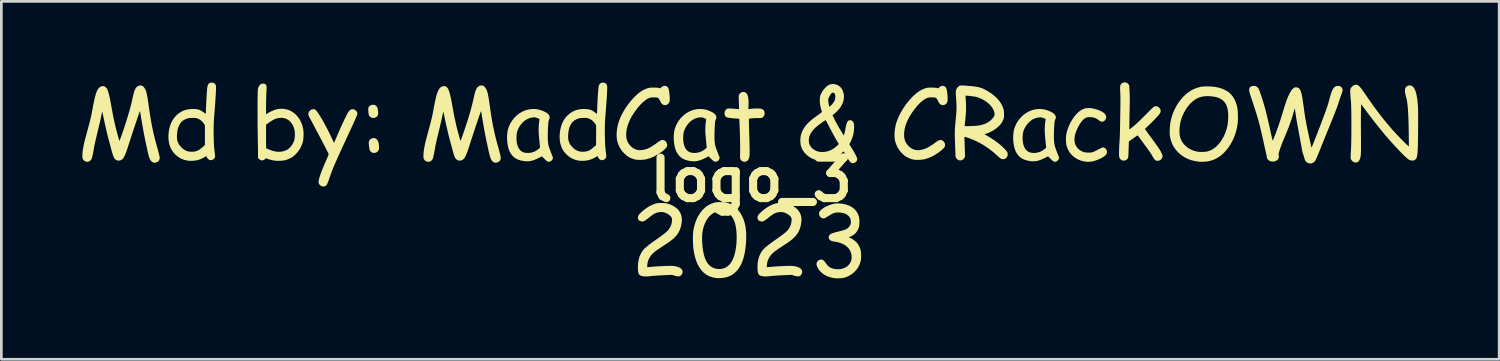
<source format=kicad_pcb>
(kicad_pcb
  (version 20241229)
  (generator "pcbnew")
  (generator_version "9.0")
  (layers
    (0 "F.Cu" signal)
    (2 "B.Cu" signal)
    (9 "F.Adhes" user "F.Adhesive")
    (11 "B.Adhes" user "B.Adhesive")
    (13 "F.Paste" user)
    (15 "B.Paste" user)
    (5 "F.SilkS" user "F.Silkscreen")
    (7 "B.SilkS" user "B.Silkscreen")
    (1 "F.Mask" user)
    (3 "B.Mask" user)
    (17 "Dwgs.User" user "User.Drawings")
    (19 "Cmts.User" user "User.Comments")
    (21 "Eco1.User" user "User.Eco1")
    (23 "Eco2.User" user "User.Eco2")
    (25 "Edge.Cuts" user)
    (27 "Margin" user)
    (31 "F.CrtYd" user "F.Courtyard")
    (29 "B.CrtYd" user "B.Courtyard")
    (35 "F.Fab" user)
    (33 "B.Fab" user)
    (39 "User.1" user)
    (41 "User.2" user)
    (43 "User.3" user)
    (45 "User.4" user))
  (footprint "logo_3"
    (layer "F.Cu")
    (at 24.769 3.608)
    (property "Reference" "logo_3" (at 0 0 0) (layer "F.SilkS") (effects (font (size 1.5 1.5) (thickness 0.3))))
    (attr board_only exclude_from_pos_files exclude_from_bom)
    (fp_poly (pts (xy -13.969 -2.777) (xy -13.921 -2.762) (xy -13.882 -2.732) (xy -13.852 -2.688) (xy -13.831 -2.63) (xy -13.819 -2.556) (xy -13.816 -2.516) (xy -13.814 -2.473) (xy -13.815 -2.442) (xy -13.817 -2.42) (xy -13.822 -2.402) (xy -13.83 -2.386) (xy -13.861 -2.341) (xy -13.903 -2.31) (xy -13.952 -2.292) (xy -14.006 -2.289) (xy -14.06 -2.301) (xy -14.086 -2.315) (xy -14.114 -2.337) (xy -14.126 -2.348) (xy -14.146 -2.375) (xy -14.16 -2.406) (xy -14.17 -2.445) (xy -14.176 -2.495) (xy -14.179 -2.558) (xy -14.18 -2.578) (xy -14.18 -2.62) (xy -14.179 -2.649) (xy -14.176 -2.669) (xy -14.171 -2.683) (xy -14.162 -2.697) (xy -14.157 -2.704) (xy -14.117 -2.744) (xy -14.068 -2.769) (xy -14.027 -2.777)) (stroke (width 0) (type solid)) (fill yes) (layer "F.SilkS"))
    (fp_poly (pts (xy -13.947 -1.542) (xy -13.92 -1.536) (xy -13.898 -1.525) (xy -13.875 -1.505) (xy -13.865 -1.495) (xy -13.838 -1.462) (xy -13.818 -1.424) (xy -13.803 -1.378) (xy -13.791 -1.319) (xy -13.788 -1.299) (xy -13.781 -1.229) (xy -13.78 -1.171) (xy -13.788 -1.125) (xy -13.803 -1.086) (xy -13.825 -1.056) (xy -13.867 -1.021) (xy -13.917 -1) (xy -13.972 -0.994) (xy -14.028 -1.003) (xy -14.059 -1.018) (xy -14.09 -1.045) (xy -14.115 -1.077) (xy -14.131 -1.108) (xy -14.132 -1.111) (xy -14.138 -1.145) (xy -14.145 -1.19) (xy -14.152 -1.241) (xy -14.158 -1.291) (xy -14.161 -1.337) (xy -14.163 -1.371) (xy -14.163 -1.373) (xy -14.155 -1.425) (xy -14.132 -1.469) (xy -14.098 -1.505) (xy -14.054 -1.53) (xy -14.002 -1.543)) (stroke (width 0) (type solid)) (fill yes) (layer "F.SilkS"))
    (fp_poly (pts (xy 12.567 -2.655) (xy 12.67 -2.638) (xy 12.782 -2.609) (xy 12.788 -2.607) (xy 12.888 -2.572) (xy 12.971 -2.534) (xy 13.039 -2.492) (xy 13.091 -2.448) (xy 13.126 -2.4) (xy 13.144 -2.35) (xy 13.146 -2.297) (xy 13.141 -2.272) (xy 13.125 -2.237) (xy 13.1 -2.203) (xy 13.069 -2.175) (xy 13.037 -2.157) (xy 13.026 -2.154) (xy 12.977 -2.152) (xy 12.932 -2.166) (xy 12.899 -2.187) (xy 12.845 -2.226) (xy 12.801 -2.256) (xy 12.762 -2.277) (xy 12.724 -2.293) (xy 12.683 -2.304) (xy 12.635 -2.312) (xy 12.617 -2.314) (xy 12.54 -2.321) (xy 12.476 -2.319) (xy 12.42 -2.307) (xy 12.369 -2.285) (xy 12.321 -2.25) (xy 12.288 -2.219) (xy 12.237 -2.162) (xy 12.187 -2.091) (xy 12.138 -2.011) (xy 12.092 -1.923) (xy 12.051 -1.833) (xy 12.017 -1.743) (xy 11.991 -1.657) (xy 11.983 -1.619) (xy 11.976 -1.565) (xy 11.973 -1.503) (xy 11.975 -1.44) (xy 11.981 -1.384) (xy 11.987 -1.356) (xy 12.016 -1.276) (xy 12.06 -1.204) (xy 12.117 -1.14) (xy 12.187 -1.087) (xy 12.267 -1.045) (xy 12.338 -1.021) (xy 12.382 -1.013) (xy 12.437 -1.008) (xy 12.497 -1.006) (xy 12.542 -1.007) (xy 12.581 -1.01) (xy 12.617 -1.016) (xy 12.652 -1.025) (xy 12.691 -1.04) (xy 12.736 -1.061) (xy 12.79 -1.088) (xy 12.848 -1.119) (xy 12.894 -1.143) (xy 12.937 -1.165) (xy 12.974 -1.182) (xy 13.001 -1.193) (xy 13.014 -1.197) (xy 13.054 -1.196) (xy 13.092 -1.18) (xy 13.126 -1.152) (xy 13.153 -1.116) (xy 13.172 -1.074) (xy 13.179 -1.03) (xy 13.174 -0.99) (xy 13.156 -0.952) (xy 13.123 -0.912) (xy 13.075 -0.871) (xy 13.015 -0.831) (xy 12.945 -0.792) (xy 12.865 -0.755) (xy 12.777 -0.722) (xy 12.763 -0.717) (xy 12.673 -0.69) (xy 12.592 -0.673) (xy 12.514 -0.666) (xy 12.436 -0.667) (xy 12.35 -0.677) (xy 12.23 -0.704) (xy 12.12 -0.745) (xy 12.017 -0.801) (xy 11.923 -0.871) (xy 11.89 -0.902) (xy 11.815 -0.983) (xy 11.755 -1.073) (xy 11.708 -1.174) (xy 11.685 -1.241) (xy 11.671 -1.302) (xy 11.661 -1.374) (xy 11.656 -1.454) (xy 11.656 -1.536) (xy 11.66 -1.615) (xy 11.668 -1.676) (xy 11.694 -1.793) (xy 11.733 -1.913) (xy 11.783 -2.034) (xy 11.843 -2.152) (xy 11.911 -2.264) (xy 11.985 -2.366) (xy 12.063 -2.454) (xy 12.069 -2.46) (xy 12.146 -2.529) (xy 12.223 -2.583) (xy 12.302 -2.622) (xy 12.385 -2.647) (xy 12.473 -2.658)) (stroke (width 0) (type solid)) (fill yes) (layer "F.SilkS"))
    (fp_poly (pts (xy -1.066 0.827) (xy -1.005 0.83) (xy -0.951 0.837) (xy -0.901 0.848) (xy -0.85 0.864) (xy -0.805 0.88) (xy -0.709 0.927) (xy -0.618 0.988) (xy -0.533 1.064) (xy -0.456 1.153) (xy -0.387 1.254) (xy -0.327 1.365) (xy -0.276 1.486) (xy -0.236 1.616) (xy -0.216 1.705) (xy -0.199 1.818) (xy -0.189 1.944) (xy -0.184 2.079) (xy -0.186 2.221) (xy -0.195 2.366) (xy -0.209 2.51) (xy -0.229 2.652) (xy -0.247 2.745) (xy -0.284 2.896) (xy -0.33 3.034) (xy -0.387 3.158) (xy -0.452 3.269) (xy -0.527 3.365) (xy -0.61 3.448) (xy -0.702 3.516) (xy -0.802 3.569) (xy -0.885 3.6) (xy -0.97 3.621) (xy -1.065 3.635) (xy -1.164 3.642) (xy -1.259 3.641) (xy -1.333 3.634) (xy -1.452 3.608) (xy -1.561 3.568) (xy -1.662 3.513) (xy -1.754 3.444) (xy -1.836 3.36) (xy -1.91 3.261) (xy -1.974 3.149) (xy -2.03 3.021) (xy -2.076 2.88) (xy -2.112 2.725) (xy -2.133 2.606) (xy -2.144 2.513) (xy -2.152 2.412) (xy -2.157 2.307) (xy -2.159 2.2) (xy -2.159 2.151) (xy -1.819 2.151) (xy -1.816 2.276) (xy -1.813 2.33) (xy -1.802 2.479) (xy -1.784 2.613) (xy -1.761 2.732) (xy -1.733 2.84) (xy -1.698 2.936) (xy -1.656 3.024) (xy -1.639 3.054) (xy -1.6 3.109) (xy -1.551 3.162) (xy -1.497 3.208) (xy -1.442 3.244) (xy -1.431 3.25) (xy -1.344 3.284) (xy -1.251 3.302) (xy -1.155 3.305) (xy -1.068 3.294) (xy -0.983 3.267) (xy -0.905 3.225) (xy -0.833 3.167) (xy -0.768 3.095) (xy -0.711 3.008) (xy -0.663 2.907) (xy -0.644 2.859) (xy -0.61 2.748) (xy -0.582 2.625) (xy -0.561 2.494) (xy -0.546 2.358) (xy -0.539 2.219) (xy -0.538 2.081) (xy -0.544 1.946) (xy -0.557 1.818) (xy -0.577 1.699) (xy -0.604 1.592) (xy -0.61 1.574) (xy -0.651 1.472) (xy -0.701 1.385) (xy -0.76 1.313) (xy -0.829 1.254) (xy -0.908 1.21) (xy -0.972 1.186) (xy -1.02 1.176) (xy -1.08 1.17) (xy -1.145 1.169) (xy -1.208 1.173) (xy -1.266 1.181) (xy -1.299 1.189) (xy -1.386 1.225) (xy -1.467 1.278) (xy -1.542 1.345) (xy -1.609 1.426) (xy -1.669 1.521) (xy -1.72 1.629) (xy -1.761 1.742) (xy -1.786 1.837) (xy -1.804 1.935) (xy -1.815 2.039) (xy -1.819 2.151) (xy -2.159 2.151) (xy -2.158 2.097) (xy -2.154 1.999) (xy -2.146 1.912) (xy -2.137 1.85) (xy -2.102 1.691) (xy -2.055 1.543) (xy -1.995 1.404) (xy -1.923 1.277) (xy -1.839 1.162) (xy -1.782 1.097) (xy -1.694 1.014) (xy -1.6 0.947) (xy -1.5 0.895) (xy -1.39 0.855) (xy -1.368 0.849) (xy -1.333 0.84) (xy -1.302 0.834) (xy -1.271 0.83) (xy -1.236 0.827) (xy -1.192 0.826) (xy -1.14 0.826)) (stroke (width 0) (type solid)) (fill yes) (layer "F.SilkS"))
    (fp_poly (pts (xy 16.988 -3.456) (xy 17.065 -3.452) (xy 17.137 -3.445) (xy 17.191 -3.438) (xy 17.33 -3.408) (xy 17.455 -3.368) (xy 17.567 -3.317) (xy 17.666 -3.255) (xy 17.752 -3.181) (xy 17.827 -3.096) (xy 17.889 -2.998) (xy 17.94 -2.888) (xy 17.981 -2.764) (xy 18.006 -2.653) (xy 18.012 -2.61) (xy 18.017 -2.554) (xy 18.021 -2.488) (xy 18.024 -2.416) (xy 18.025 -2.342) (xy 18.026 -2.27) (xy 18.024 -2.203) (xy 18.022 -2.146) (xy 18.019 -2.114) (xy 17.99 -1.928) (xy 17.945 -1.75) (xy 17.885 -1.579) (xy 17.809 -1.416) (xy 17.718 -1.261) (xy 17.686 -1.213) (xy 17.591 -1.089) (xy 17.489 -0.98) (xy 17.381 -0.888) (xy 17.267 -0.812) (xy 17.146 -0.751) (xy 17.019 -0.707) (xy 16.886 -0.679) (xy 16.746 -0.667) (xy 16.689 -0.666) (xy 16.648 -0.667) (xy 16.611 -0.668) (xy 16.583 -0.67) (xy 16.572 -0.67) (xy 16.423 -0.695) (xy 16.285 -0.73) (xy 16.159 -0.778) (xy 16.042 -0.837) (xy 15.933 -0.91) (xy 15.831 -0.997) (xy 15.804 -1.023) (xy 15.715 -1.123) (xy 15.641 -1.23) (xy 15.583 -1.345) (xy 15.539 -1.468) (xy 15.511 -1.6) (xy 15.505 -1.637) (xy 15.5 -1.699) (xy 15.498 -1.773) (xy 15.499 -1.796) (xy 15.86 -1.796) (xy 15.864 -1.706) (xy 15.874 -1.625) (xy 15.885 -1.575) (xy 15.921 -1.477) (xy 15.972 -1.386) (xy 16.037 -1.303) (xy 16.114 -1.229) (xy 16.202 -1.165) (xy 16.301 -1.112) (xy 16.408 -1.071) (xy 16.523 -1.042) (xy 16.562 -1.036) (xy 16.605 -1.032) (xy 16.658 -1.031) (xy 16.717 -1.032) (xy 16.776 -1.034) (xy 16.831 -1.039) (xy 16.877 -1.045) (xy 16.896 -1.049) (xy 17.002 -1.086) (xy 17.102 -1.138) (xy 17.197 -1.207) (xy 17.286 -1.292) (xy 17.369 -1.392) (xy 17.407 -1.446) (xy 17.49 -1.584) (xy 17.556 -1.727) (xy 17.606 -1.876) (xy 17.641 -2.031) (xy 17.661 -2.194) (xy 17.666 -2.331) (xy 17.663 -2.453) (xy 17.653 -2.56) (xy 17.635 -2.654) (xy 17.609 -2.737) (xy 17.574 -2.81) (xy 17.531 -2.874) (xy 17.491 -2.919) (xy 17.429 -2.971) (xy 17.355 -3.014) (xy 17.269 -3.047) (xy 17.168 -3.073) (xy 17.053 -3.09) (xy 17.035 -3.092) (xy 16.908 -3.099) (xy 16.791 -3.094) (xy 16.684 -3.076) (xy 16.584 -3.046) (xy 16.49 -3.002) (xy 16.431 -2.967) (xy 16.34 -2.897) (xy 16.253 -2.812) (xy 16.171 -2.715) (xy 16.096 -2.607) (xy 16.029 -2.49) (xy 15.971 -2.367) (xy 15.925 -2.24) (xy 15.908 -2.182) (xy 15.887 -2.089) (xy 15.872 -1.992) (xy 15.863 -1.893) (xy 15.86 -1.796) (xy 15.499 -1.796) (xy 15.5 -1.855) (xy 15.504 -1.938) (xy 15.511 -2.02) (xy 15.52 -2.094) (xy 15.523 -2.115) (xy 15.561 -2.286) (xy 15.615 -2.452) (xy 15.683 -2.611) (xy 15.765 -2.764) (xy 15.861 -2.907) (xy 15.968 -3.039) (xy 16.038 -3.112) (xy 16.147 -3.209) (xy 16.263 -3.291) (xy 16.386 -3.357) (xy 16.517 -3.408) (xy 16.646 -3.442) (xy 16.695 -3.45) (xy 16.758 -3.455) (xy 16.83 -3.458) (xy 16.908 -3.458)) (stroke (width 0) (type solid)) (fill yes) (layer "F.SilkS"))
    (fp_poly (pts (xy -7.969 -2.618) (xy -7.854 -2.597) (xy -7.773 -2.572) (xy -7.682 -2.536) (xy -7.608 -2.499) (xy -7.55 -2.461) (xy -7.507 -2.42) (xy -7.482 -2.382) (xy -7.465 -2.339) (xy -7.461 -2.302) (xy -7.47 -2.265) (xy -7.48 -2.243) (xy -7.49 -2.222) (xy -7.498 -2.196) (xy -7.505 -2.163) (xy -7.511 -2.123) (xy -7.516 -2.072) (xy -7.52 -2.01) (xy -7.524 -1.934) (xy -7.528 -1.843) (xy -7.529 -1.816) (xy -7.533 -1.692) (xy -7.533 -1.582) (xy -7.531 -1.487) (xy -7.525 -1.405) (xy -7.516 -1.333) (xy -7.505 -1.27) (xy -7.503 -1.265) (xy -7.493 -1.23) (xy -7.478 -1.182) (xy -7.457 -1.124) (xy -7.434 -1.059) (xy -7.407 -0.991) (xy -7.38 -0.921) (xy -7.36 -0.874) (xy -7.348 -0.843) (xy -7.343 -0.821) (xy -7.344 -0.802) (xy -7.347 -0.786) (xy -7.368 -0.741) (xy -7.401 -0.704) (xy -7.437 -0.681) (xy -7.476 -0.668) (xy -7.51 -0.667) (xy -7.546 -0.68) (xy -7.563 -0.691) (xy -7.589 -0.712) (xy -7.62 -0.74) (xy -7.654 -0.772) (xy -7.664 -0.782) (xy -7.752 -0.869) (xy -7.815 -0.836) (xy -7.914 -0.786) (xy -8.003 -0.747) (xy -8.083 -0.718) (xy -8.159 -0.698) (xy -8.232 -0.687) (xy -8.305 -0.684) (xy -8.38 -0.688) (xy -8.398 -0.69) (xy -8.513 -0.71) (xy -8.616 -0.74) (xy -8.706 -0.782) (xy -8.784 -0.836) (xy -8.852 -0.903) (xy -8.91 -0.982) (xy -8.942 -1.04) (xy -8.976 -1.121) (xy -9.003 -1.215) (xy -9.023 -1.317) (xy -9.036 -1.426) (xy -9.042 -1.537) (xy -9.041 -1.579) (xy -8.692 -1.579) (xy -8.692 -1.504) (xy -8.687 -1.433) (xy -8.686 -1.419) (xy -8.667 -1.316) (xy -8.639 -1.228) (xy -8.601 -1.154) (xy -8.553 -1.093) (xy -8.495 -1.047) (xy -8.427 -1.015) (xy -8.349 -0.997) (xy -8.261 -0.993) (xy -8.162 -1.003) (xy -8.147 -1.006) (xy -8.06 -1.03) (xy -7.974 -1.071) (xy -7.89 -1.129) (xy -7.888 -1.131) (xy -7.82 -1.185) (xy -7.825 -1.242) (xy -7.827 -1.272) (xy -7.831 -1.314) (xy -7.836 -1.363) (xy -7.841 -1.415) (xy -7.843 -1.429) (xy -7.854 -1.543) (xy -7.863 -1.642) (xy -7.869 -1.73) (xy -7.872 -1.809) (xy -7.872 -1.882) (xy -7.87 -1.952) (xy -7.866 -2.022) (xy -7.859 -2.094) (xy -7.849 -2.172) (xy -7.843 -2.211) (xy -7.837 -2.25) (xy -7.888 -2.272) (xy -7.935 -2.292) (xy -7.972 -2.305) (xy -8.004 -2.311) (xy -8.036 -2.313) (xy -8.072 -2.311) (xy -8.171 -2.295) (xy -8.265 -2.262) (xy -8.353 -2.214) (xy -8.436 -2.149) (xy -8.513 -2.068) (xy -8.523 -2.055) (xy -8.584 -1.969) (xy -8.632 -1.876) (xy -8.667 -1.782) (xy -8.668 -1.779) (xy -8.68 -1.722) (xy -8.688 -1.654) (xy -8.692 -1.579) (xy -9.041 -1.579) (xy -9.04 -1.646) (xy -9.03 -1.751) (xy -9.012 -1.848) (xy -9.01 -1.858) (xy -8.972 -1.976) (xy -8.918 -2.089) (xy -8.852 -2.195) (xy -8.774 -2.293) (xy -8.685 -2.38) (xy -8.588 -2.457) (xy -8.483 -2.52) (xy -8.372 -2.568) (xy -8.322 -2.585) (xy -8.201 -2.612) (xy -8.084 -2.623)) (stroke (width 0) (type solid)) (fill yes) (layer "F.SilkS"))
    (fp_poly (pts (xy -1.796 -2.618) (xy -1.681 -2.597) (xy -1.6 -2.572) (xy -1.509 -2.536) (xy -1.435 -2.499) (xy -1.377 -2.461) (xy -1.334 -2.42) (xy -1.309 -2.382) (xy -1.292 -2.339) (xy -1.288 -2.302) (xy -1.297 -2.265) (xy -1.307 -2.243) (xy -1.317 -2.222) (xy -1.325 -2.196) (xy -1.332 -2.163) (xy -1.338 -2.123) (xy -1.343 -2.072) (xy -1.347 -2.01) (xy -1.351 -1.934) (xy -1.355 -1.843) (xy -1.356 -1.816) (xy -1.36 -1.692) (xy -1.36 -1.582) (xy -1.358 -1.487) (xy -1.352 -1.405) (xy -1.343 -1.333) (xy -1.332 -1.27) (xy -1.33 -1.265) (xy -1.32 -1.23) (xy -1.305 -1.182) (xy -1.284 -1.124) (xy -1.261 -1.059) (xy -1.234 -0.991) (xy -1.207 -0.921) (xy -1.187 -0.874) (xy -1.175 -0.843) (xy -1.17 -0.821) (xy -1.171 -0.802) (xy -1.174 -0.786) (xy -1.195 -0.741) (xy -1.228 -0.704) (xy -1.264 -0.681) (xy -1.303 -0.668) (xy -1.337 -0.667) (xy -1.373 -0.68) (xy -1.39 -0.691) (xy -1.416 -0.712) (xy -1.447 -0.74) (xy -1.481 -0.772) (xy -1.491 -0.782) (xy -1.579 -0.869) (xy -1.642 -0.836) (xy -1.741 -0.786) (xy -1.83 -0.747) (xy -1.91 -0.718) (xy -1.986 -0.698) (xy -2.059 -0.687) (xy -2.132 -0.684) (xy -2.207 -0.688) (xy -2.225 -0.69) (xy -2.34 -0.71) (xy -2.443 -0.74) (xy -2.533 -0.782) (xy -2.611 -0.836) (xy -2.679 -0.903) (xy -2.737 -0.982) (xy -2.769 -1.04) (xy -2.803 -1.121) (xy -2.83 -1.215) (xy -2.85 -1.317) (xy -2.863 -1.426) (xy -2.869 -1.537) (xy -2.868 -1.579) (xy -2.519 -1.579) (xy -2.519 -1.504) (xy -2.514 -1.433) (xy -2.513 -1.419) (xy -2.494 -1.316) (xy -2.466 -1.228) (xy -2.428 -1.154) (xy -2.38 -1.093) (xy -2.322 -1.047) (xy -2.254 -1.015) (xy -2.176 -0.997) (xy -2.088 -0.993) (xy -1.989 -1.003) (xy -1.974 -1.006) (xy -1.887 -1.03) (xy -1.801 -1.071) (xy -1.716 -1.129) (xy -1.715 -1.131) (xy -1.647 -1.185) (xy -1.652 -1.242) (xy -1.654 -1.272) (xy -1.658 -1.314) (xy -1.663 -1.363) (xy -1.668 -1.415) (xy -1.67 -1.429) (xy -1.681 -1.543) (xy -1.69 -1.642) (xy -1.696 -1.73) (xy -1.699 -1.809) (xy -1.699 -1.882) (xy -1.697 -1.952) (xy -1.693 -2.022) (xy -1.686 -2.094) (xy -1.676 -2.172) (xy -1.67 -2.211) (xy -1.664 -2.25) (xy -1.715 -2.272) (xy -1.762 -2.292) (xy -1.798 -2.305) (xy -1.831 -2.311) (xy -1.863 -2.313) (xy -1.899 -2.311) (xy -1.998 -2.295) (xy -2.092 -2.262) (xy -2.18 -2.214) (xy -2.263 -2.149) (xy -2.34 -2.068) (xy -2.35 -2.055) (xy -2.411 -1.969) (xy -2.459 -1.876) (xy -2.494 -1.782) (xy -2.495 -1.779) (xy -2.507 -1.722) (xy -2.515 -1.654) (xy -2.519 -1.579) (xy -2.868 -1.579) (xy -2.867 -1.646) (xy -2.857 -1.751) (xy -2.839 -1.848) (xy -2.837 -1.858) (xy -2.799 -1.976) (xy -2.745 -2.089) (xy -2.679 -2.195) (xy -2.601 -2.293) (xy -2.512 -2.38) (xy -2.415 -2.457) (xy -2.31 -2.52) (xy -2.199 -2.568) (xy -2.149 -2.585) (xy -2.028 -2.612) (xy -1.911 -2.623)) (stroke (width 0) (type solid)) (fill yes) (layer "F.SilkS"))
    (fp_poly (pts (xy 10.774 -2.618) (xy 10.889 -2.597) (xy 10.97 -2.572) (xy 11.061 -2.536) (xy 11.135 -2.499) (xy 11.194 -2.461) (xy 11.236 -2.42) (xy 11.261 -2.382) (xy 11.279 -2.339) (xy 11.283 -2.302) (xy 11.274 -2.265) (xy 11.264 -2.243) (xy 11.254 -2.222) (xy 11.246 -2.196) (xy 11.239 -2.163) (xy 11.233 -2.123) (xy 11.228 -2.072) (xy 11.223 -2.01) (xy 11.219 -1.934) (xy 11.215 -1.843) (xy 11.214 -1.816) (xy 11.211 -1.692) (xy 11.21 -1.582) (xy 11.213 -1.487) (xy 11.218 -1.405) (xy 11.227 -1.333) (xy 11.239 -1.27) (xy 11.24 -1.265) (xy 11.25 -1.23) (xy 11.266 -1.182) (xy 11.286 -1.124) (xy 11.31 -1.059) (xy 11.336 -0.991) (xy 11.364 -0.921) (xy 11.383 -0.874) (xy 11.395 -0.843) (xy 11.401 -0.821) (xy 11.4 -0.802) (xy 11.396 -0.786) (xy 11.376 -0.741) (xy 11.342 -0.704) (xy 11.306 -0.681) (xy 11.267 -0.668) (xy 11.233 -0.667) (xy 11.198 -0.68) (xy 11.181 -0.691) (xy 11.155 -0.712) (xy 11.123 -0.74) (xy 11.089 -0.772) (xy 11.08 -0.782) (xy 10.992 -0.869) (xy 10.928 -0.836) (xy 10.829 -0.786) (xy 10.741 -0.747) (xy 10.66 -0.718) (xy 10.585 -0.698) (xy 10.512 -0.687) (xy 10.439 -0.684) (xy 10.363 -0.688) (xy 10.345 -0.69) (xy 10.23 -0.71) (xy 10.128 -0.74) (xy 10.038 -0.782) (xy 9.959 -0.836) (xy 9.891 -0.903) (xy 9.833 -0.982) (xy 9.801 -1.04) (xy 9.768 -1.121) (xy 9.741 -1.215) (xy 9.72 -1.317) (xy 9.707 -1.426) (xy 9.701 -1.537) (xy 9.702 -1.579) (xy 10.051 -1.579) (xy 10.051 -1.504) (xy 10.056 -1.433) (xy 10.058 -1.419) (xy 10.076 -1.316) (xy 10.105 -1.228) (xy 10.143 -1.154) (xy 10.191 -1.093) (xy 10.249 -1.047) (xy 10.317 -1.015) (xy 10.395 -0.997) (xy 10.483 -0.993) (xy 10.581 -1.003) (xy 10.596 -1.006) (xy 10.683 -1.03) (xy 10.769 -1.071) (xy 10.854 -1.129) (xy 10.856 -1.131) (xy 10.924 -1.185) (xy 10.919 -1.242) (xy 10.916 -1.272) (xy 10.912 -1.314) (xy 10.907 -1.363) (xy 10.902 -1.415) (xy 10.901 -1.429) (xy 10.889 -1.543) (xy 10.881 -1.642) (xy 10.875 -1.73) (xy 10.872 -1.809) (xy 10.871 -1.882) (xy 10.873 -1.952) (xy 10.878 -2.022) (xy 10.885 -2.094) (xy 10.895 -2.172) (xy 10.9 -2.211) (xy 10.906 -2.25) (xy 10.856 -2.272) (xy 10.809 -2.292) (xy 10.772 -2.305) (xy 10.74 -2.311) (xy 10.707 -2.313) (xy 10.672 -2.311) (xy 10.573 -2.295) (xy 10.479 -2.262) (xy 10.39 -2.214) (xy 10.307 -2.149) (xy 10.231 -2.068) (xy 10.22 -2.055) (xy 10.16 -1.969) (xy 10.111 -1.876) (xy 10.076 -1.782) (xy 10.075 -1.779) (xy 10.063 -1.722) (xy 10.055 -1.654) (xy 10.051 -1.579) (xy 9.702 -1.579) (xy 9.703 -1.646) (xy 9.713 -1.751) (xy 9.731 -1.848) (xy 9.733 -1.858) (xy 9.772 -1.976) (xy 9.825 -2.089) (xy 9.892 -2.195) (xy 9.97 -2.293) (xy 10.058 -2.38) (xy 10.156 -2.457) (xy 10.26 -2.52) (xy 10.371 -2.568) (xy 10.422 -2.585) (xy 10.543 -2.612) (xy 10.659 -2.623)) (stroke (width 0) (type solid)) (fill yes) (layer "F.SilkS"))
    (fp_poly (pts (xy -16.176 -2.611) (xy -16.137 -2.593) (xy -16.137 -2.592) (xy -16.113 -2.569) (xy -16.082 -2.532) (xy -16.045 -2.481) (xy -16.004 -2.419) (xy -15.958 -2.346) (xy -15.909 -2.265) (xy -15.857 -2.176) (xy -15.804 -2.08) (xy -15.75 -1.98) (xy -15.695 -1.875) (xy -15.641 -1.769) (xy -15.588 -1.661) (xy -15.537 -1.554) (xy -15.523 -1.524) (xy -15.501 -1.476) (xy -15.482 -1.434) (xy -15.466 -1.4) (xy -15.455 -1.377) (xy -15.45 -1.366) (xy -15.45 -1.366) (xy -15.446 -1.373) (xy -15.436 -1.395) (xy -15.421 -1.429) (xy -15.401 -1.474) (xy -15.378 -1.53) (xy -15.35 -1.593) (xy -15.321 -1.662) (xy -15.295 -1.721) (xy -15.249 -1.828) (xy -15.202 -1.934) (xy -15.155 -2.037) (xy -15.11 -2.135) (xy -15.067 -2.226) (xy -15.026 -2.309) (xy -14.99 -2.382) (xy -14.957 -2.444) (xy -14.93 -2.492) (xy -14.917 -2.514) (xy -14.878 -2.563) (xy -14.837 -2.596) (xy -14.791 -2.613) (xy -14.741 -2.614) (xy -14.715 -2.608) (xy -14.671 -2.589) (xy -14.633 -2.557) (xy -14.605 -2.518) (xy -14.587 -2.474) (xy -14.584 -2.429) (xy -14.584 -2.427) (xy -14.589 -2.414) (xy -14.6 -2.387) (xy -14.617 -2.346) (xy -14.64 -2.293) (xy -14.669 -2.228) (xy -14.702 -2.154) (xy -14.74 -2.07) (xy -14.782 -1.978) (xy -14.827 -1.878) (xy -14.876 -1.773) (xy -14.926 -1.663) (xy -14.95 -1.613) (xy -15.023 -1.453) (xy -15.09 -1.309) (xy -15.151 -1.178) (xy -15.205 -1.059) (xy -15.254 -0.952) (xy -15.298 -0.856) (xy -15.337 -0.768) (xy -15.372 -0.69) (xy -15.404 -0.618) (xy -15.432 -0.553) (xy -15.457 -0.493) (xy -15.481 -0.438) (xy -15.502 -0.386) (xy -15.521 -0.336) (xy -15.54 -0.287) (xy -15.558 -0.238) (xy -15.576 -0.188) (xy -15.594 -0.137) (xy -15.613 -0.082) (xy -15.622 -0.056) (xy -15.647 0.017) (xy -15.669 0.077) (xy -15.688 0.123) (xy -15.704 0.159) (xy -15.719 0.186) (xy -15.734 0.206) (xy -15.75 0.22) (xy -15.768 0.232) (xy -15.774 0.235) (xy -15.815 0.248) (xy -15.862 0.248) (xy -15.908 0.238) (xy -15.916 0.234) (xy -15.957 0.208) (xy -15.991 0.174) (xy -16.013 0.135) (xy -16.017 0.126) (xy -16.021 0.093) (xy -16.019 0.051) (xy -16.01 -0.002) (xy -15.994 -0.067) (xy -15.971 -0.142) (xy -15.94 -0.23) (xy -15.903 -0.331) (xy -15.857 -0.446) (xy -15.804 -0.574) (xy -15.742 -0.716) (xy -15.733 -0.737) (xy -15.705 -0.801) (xy -15.684 -0.85) (xy -15.669 -0.887) (xy -15.658 -0.915) (xy -15.652 -0.935) (xy -15.65 -0.949) (xy -15.65 -0.959) (xy -15.653 -0.966) (xy -15.662 -0.986) (xy -15.679 -1.019) (xy -15.702 -1.065) (xy -15.731 -1.121) (xy -15.765 -1.186) (xy -15.803 -1.259) (xy -15.844 -1.338) (xy -15.888 -1.422) (xy -15.933 -1.51) (xy -15.98 -1.599) (xy -16.027 -1.688) (xy -16.073 -1.775) (xy -16.118 -1.861) (xy -16.16 -1.941) (xy -16.2 -2.016) (xy -16.236 -2.084) (xy -16.267 -2.143) (xy -16.294 -2.192) (xy -16.314 -2.228) (xy -16.327 -2.252) (xy -16.33 -2.257) (xy -16.366 -2.322) (xy -16.389 -2.377) (xy -16.4 -2.424) (xy -16.398 -2.466) (xy -16.385 -2.505) (xy -16.359 -2.543) (xy -16.351 -2.552) (xy -16.311 -2.585) (xy -16.266 -2.606) (xy -16.22 -2.615)) (stroke (width 0) (type solid)) (fill yes) (layer "F.SilkS"))
    (fp_poly (pts (xy -0.221 -3.238) (xy -0.22 -3.237) (xy -0.183 -3.212) (xy -0.153 -3.175) (xy -0.13 -3.125) (xy -0.113 -3.061) (xy -0.102 -2.983) (xy -0.097 -2.891) (xy -0.098 -2.783) (xy -0.099 -2.764) (xy -0.105 -2.614) (xy -0.072 -2.619) (xy 0.038 -2.633) (xy 0.139 -2.64) (xy 0.238 -2.641) (xy 0.249 -2.64) (xy 0.299 -2.638) (xy 0.335 -2.636) (xy 0.362 -2.632) (xy 0.383 -2.627) (xy 0.403 -2.619) (xy 0.411 -2.615) (xy 0.453 -2.587) (xy 0.481 -2.549) (xy 0.496 -2.5) (xy 0.496 -2.495) (xy 0.497 -2.438) (xy 0.483 -2.385) (xy 0.456 -2.341) (xy 0.417 -2.308) (xy 0.413 -2.305) (xy 0.398 -2.297) (xy 0.383 -2.291) (xy 0.367 -2.287) (xy 0.344 -2.286) (xy 0.312 -2.285) (xy 0.268 -2.286) (xy 0.246 -2.286) (xy 0.198 -2.286) (xy 0.146 -2.284) (xy 0.092 -2.282) (xy 0.041 -2.278) (xy -0.005 -2.274) (xy -0.044 -2.269) (xy -0.071 -2.264) (xy -0.084 -2.258) (xy -0.085 -2.249) (xy -0.085 -2.224) (xy -0.085 -2.185) (xy -0.084 -2.133) (xy -0.082 -2.069) (xy -0.081 -1.996) (xy -0.079 -1.915) (xy -0.076 -1.827) (xy -0.073 -1.734) (xy -0.073 -1.733) (xy -0.069 -1.59) (xy -0.065 -1.464) (xy -0.062 -1.352) (xy -0.06 -1.255) (xy -0.058 -1.17) (xy -0.057 -1.096) (xy -0.058 -1.034) (xy -0.059 -0.98) (xy -0.06 -0.935) (xy -0.063 -0.897) (xy -0.067 -0.864) (xy -0.072 -0.837) (xy -0.078 -0.813) (xy -0.085 -0.792) (xy -0.093 -0.773) (xy -0.102 -0.753) (xy -0.103 -0.752) (xy -0.133 -0.711) (xy -0.173 -0.683) (xy -0.22 -0.668) (xy -0.27 -0.668) (xy -0.305 -0.677) (xy -0.335 -0.692) (xy -0.362 -0.712) (xy -0.365 -0.714) (xy -0.379 -0.728) (xy -0.391 -0.743) (xy -0.4 -0.759) (xy -0.406 -0.779) (xy -0.41 -0.805) (xy -0.412 -0.84) (xy -0.413 -0.885) (xy -0.412 -0.943) (xy -0.41 -1.015) (xy -0.41 -1.027) (xy -0.409 -1.088) (xy -0.409 -1.165) (xy -0.409 -1.253) (xy -0.411 -1.352) (xy -0.413 -1.458) (xy -0.415 -1.568) (xy -0.418 -1.681) (xy -0.421 -1.794) (xy -0.425 -1.904) (xy -0.429 -2.01) (xy -0.434 -2.107) (xy -0.437 -2.164) (xy -0.442 -2.26) (xy -0.521 -2.266) (xy -0.616 -2.273) (xy -0.695 -2.28) (xy -0.761 -2.287) (xy -0.813 -2.294) (xy -0.856 -2.301) (xy -0.888 -2.309) (xy -0.913 -2.319) (xy -0.933 -2.33) (xy -0.947 -2.343) (xy -0.957 -2.355) (xy -0.979 -2.4) (xy -0.988 -2.451) (xy -0.984 -2.504) (xy -0.968 -2.554) (xy -0.948 -2.585) (xy -0.931 -2.604) (xy -0.914 -2.618) (xy -0.894 -2.629) (xy -0.87 -2.636) (xy -0.838 -2.64) (xy -0.798 -2.641) (xy -0.747 -2.639) (xy -0.682 -2.635) (xy -0.609 -2.629) (xy -0.559 -2.625) (xy -0.516 -2.622) (xy -0.481 -2.62) (xy -0.459 -2.619) (xy -0.451 -2.62) (xy -0.45 -2.63) (xy -0.45 -2.654) (xy -0.45 -2.691) (xy -0.452 -2.739) (xy -0.454 -2.794) (xy -0.456 -2.856) (xy -0.456 -2.86) (xy -0.46 -2.943) (xy -0.461 -3.012) (xy -0.462 -3.065) (xy -0.461 -3.102) (xy -0.458 -3.123) (xy -0.458 -3.124) (xy -0.437 -3.173) (xy -0.404 -3.211) (xy -0.369 -3.233) (xy -0.318 -3.251) (xy -0.269 -3.253)) (stroke (width 0) (type solid)) (fill yes) (layer "F.SilkS"))
    (fp_poly (pts (xy -3.187 -3.477) (xy -3.15 -3.47) (xy -3.119 -3.456) (xy -3.094 -3.433) (xy -3.073 -3.4) (xy -3.056 -3.355) (xy -3.042 -3.298) (xy -3.032 -3.226) (xy -3.023 -3.139) (xy -3.021 -3.108) (xy -3.017 -3.046) (xy -3.016 -2.999) (xy -3.016 -2.962) (xy -3.018 -2.934) (xy -3.021 -2.916) (xy -3.04 -2.862) (xy -3.069 -2.819) (xy -3.107 -2.787) (xy -3.152 -2.768) (xy -3.2 -2.764) (xy -3.251 -2.775) (xy -3.26 -2.779) (xy -3.286 -2.794) (xy -3.309 -2.816) (xy -3.332 -2.847) (xy -3.357 -2.89) (xy -3.371 -2.918) (xy -3.396 -2.964) (xy -3.417 -2.999) (xy -3.438 -3.023) (xy -3.463 -3.038) (xy -3.495 -3.047) (xy -3.536 -3.051) (xy -3.591 -3.052) (xy -3.605 -3.052) (xy -3.655 -3.051) (xy -3.692 -3.049) (xy -3.722 -3.046) (xy -3.747 -3.04) (xy -3.767 -3.033) (xy -3.842 -2.998) (xy -3.92 -2.947) (xy -4.001 -2.881) (xy -4.084 -2.801) (xy -4.168 -2.707) (xy -4.253 -2.601) (xy -4.337 -2.484) (xy -4.353 -2.461) (xy -4.44 -2.32) (xy -4.51 -2.18) (xy -4.564 -2.043) (xy -4.603 -1.909) (xy -4.624 -1.777) (xy -4.629 -1.679) (xy -4.625 -1.582) (xy -4.61 -1.497) (xy -4.584 -1.421) (xy -4.546 -1.35) (xy -4.494 -1.281) (xy -4.471 -1.256) (xy -4.401 -1.193) (xy -4.326 -1.146) (xy -4.247 -1.114) (xy -4.161 -1.098) (xy -4.069 -1.098) (xy -3.97 -1.114) (xy -3.889 -1.137) (xy -3.845 -1.152) (xy -3.803 -1.169) (xy -3.761 -1.189) (xy -3.716 -1.214) (xy -3.666 -1.245) (xy -3.609 -1.282) (xy -3.542 -1.328) (xy -3.492 -1.364) (xy -3.437 -1.403) (xy -3.392 -1.432) (xy -3.356 -1.453) (xy -3.327 -1.466) (xy -3.303 -1.473) (xy -3.28 -1.475) (xy -3.267 -1.474) (xy -3.219 -1.461) (xy -3.177 -1.433) (xy -3.144 -1.396) (xy -3.121 -1.35) (xy -3.111 -1.3) (xy -3.115 -1.248) (xy -3.117 -1.243) (xy -3.132 -1.21) (xy -3.162 -1.171) (xy -3.206 -1.126) (xy -3.264 -1.077) (xy -3.324 -1.03) (xy -3.456 -0.941) (xy -3.586 -0.868) (xy -3.716 -0.811) (xy -3.848 -0.769) (xy -3.907 -0.755) (xy -3.952 -0.748) (xy -4.008 -0.743) (xy -4.069 -0.739) (xy -4.131 -0.737) (xy -4.188 -0.738) (xy -4.236 -0.741) (xy -4.252 -0.743) (xy -4.346 -0.764) (xy -4.441 -0.798) (xy -4.531 -0.842) (xy -4.584 -0.875) (xy -4.621 -0.903) (xy -4.664 -0.941) (xy -4.708 -0.984) (xy -4.751 -1.029) (xy -4.787 -1.071) (xy -4.799 -1.087) (xy -4.869 -1.195) (xy -4.923 -1.31) (xy -4.96 -1.43) (xy -4.969 -1.473) (xy -4.981 -1.565) (xy -4.984 -1.667) (xy -4.979 -1.777) (xy -4.966 -1.89) (xy -4.945 -2.002) (xy -4.925 -2.082) (xy -4.879 -2.22) (xy -4.818 -2.363) (xy -4.745 -2.506) (xy -4.659 -2.648) (xy -4.563 -2.787) (xy -4.459 -2.919) (xy -4.347 -3.043) (xy -4.317 -3.074) (xy -4.227 -3.16) (xy -4.141 -3.231) (xy -4.056 -3.289) (xy -3.972 -3.336) (xy -3.886 -3.373) (xy -3.82 -3.395) (xy -3.791 -3.402) (xy -3.765 -3.408) (xy -3.736 -3.411) (xy -3.701 -3.413) (xy -3.656 -3.414) (xy -3.609 -3.414) (xy -3.534 -3.413) (xy -3.475 -3.409) (xy -3.43 -3.404) (xy -3.412 -3.4) (xy -3.358 -3.387) (xy -3.341 -3.411) (xy -3.323 -3.428) (xy -3.297 -3.447) (xy -3.276 -3.458) (xy -3.243 -3.472) (xy -3.215 -3.478)) (stroke (width 0) (type solid)) (fill yes) (layer "F.SilkS"))
    (fp_poly (pts (xy 7.104 -3.477) (xy 7.141 -3.47) (xy 7.172 -3.456) (xy 7.198 -3.433) (xy 7.219 -3.4) (xy 7.235 -3.355) (xy 7.249 -3.298) (xy 7.26 -3.226) (xy 7.268 -3.139) (xy 7.27 -3.108) (xy 7.274 -3.046) (xy 7.276 -2.999) (xy 7.275 -2.962) (xy 7.273 -2.934) (xy 7.27 -2.916) (xy 7.252 -2.862) (xy 7.222 -2.819) (xy 7.184 -2.787) (xy 7.14 -2.768) (xy 7.091 -2.764) (xy 7.041 -2.775) (xy 7.031 -2.779) (xy 7.005 -2.794) (xy 6.982 -2.816) (xy 6.959 -2.847) (xy 6.934 -2.89) (xy 6.92 -2.918) (xy 6.896 -2.964) (xy 6.874 -2.999) (xy 6.853 -3.023) (xy 6.828 -3.038) (xy 6.797 -3.047) (xy 6.755 -3.051) (xy 6.7 -3.052) (xy 6.687 -3.052) (xy 6.636 -3.051) (xy 6.599 -3.049) (xy 6.57 -3.046) (xy 6.545 -3.04) (xy 6.524 -3.033) (xy 6.45 -2.998) (xy 6.371 -2.947) (xy 6.29 -2.881) (xy 6.207 -2.801) (xy 6.123 -2.707) (xy 6.038 -2.601) (xy 5.954 -2.484) (xy 5.938 -2.461) (xy 5.852 -2.32) (xy 5.781 -2.18) (xy 5.727 -2.043) (xy 5.689 -1.909) (xy 5.667 -1.777) (xy 5.662 -1.679) (xy 5.666 -1.582) (xy 5.681 -1.497) (xy 5.707 -1.421) (xy 5.745 -1.35) (xy 5.798 -1.281) (xy 5.82 -1.256) (xy 5.89 -1.193) (xy 5.965 -1.146) (xy 6.045 -1.114) (xy 6.13 -1.098) (xy 6.222 -1.098) (xy 6.321 -1.114) (xy 6.402 -1.137) (xy 6.446 -1.152) (xy 6.488 -1.169) (xy 6.531 -1.189) (xy 6.575 -1.214) (xy 6.625 -1.245) (xy 6.682 -1.282) (xy 6.749 -1.328) (xy 6.799 -1.364) (xy 6.855 -1.403) (xy 6.899 -1.432) (xy 6.935 -1.453) (xy 6.964 -1.466) (xy 6.989 -1.473) (xy 7.012 -1.475) (xy 7.024 -1.474) (xy 7.072 -1.461) (xy 7.114 -1.433) (xy 7.147 -1.396) (xy 7.17 -1.35) (xy 7.18 -1.3) (xy 7.176 -1.248) (xy 7.175 -1.243) (xy 7.159 -1.21) (xy 7.129 -1.171) (xy 7.085 -1.126) (xy 7.027 -1.077) (xy 6.967 -1.03) (xy 6.836 -0.941) (xy 6.705 -0.868) (xy 6.575 -0.811) (xy 6.444 -0.769) (xy 6.385 -0.755) (xy 6.339 -0.748) (xy 6.283 -0.743) (xy 6.222 -0.739) (xy 6.16 -0.737) (xy 6.103 -0.738) (xy 6.056 -0.741) (xy 6.039 -0.743) (xy 5.946 -0.764) (xy 5.85 -0.798) (xy 5.761 -0.842) (xy 5.707 -0.875) (xy 5.67 -0.903) (xy 5.628 -0.941) (xy 5.583 -0.984) (xy 5.54 -1.029) (xy 5.504 -1.071) (xy 5.492 -1.087) (xy 5.422 -1.195) (xy 5.369 -1.31) (xy 5.331 -1.43) (xy 5.322 -1.473) (xy 5.31 -1.565) (xy 5.307 -1.667) (xy 5.312 -1.777) (xy 5.325 -1.89) (xy 5.346 -2.002) (xy 5.366 -2.082) (xy 5.412 -2.22) (xy 5.473 -2.363) (xy 5.547 -2.506) (xy 5.632 -2.648) (xy 5.728 -2.787) (xy 5.832 -2.919) (xy 5.944 -3.043) (xy 5.974 -3.074) (xy 6.065 -3.16) (xy 6.151 -3.231) (xy 6.235 -3.289) (xy 6.319 -3.336) (xy 6.406 -3.373) (xy 6.471 -3.395) (xy 6.5 -3.402) (xy 6.527 -3.408) (xy 6.555 -3.411) (xy 6.59 -3.413) (xy 6.635 -3.414) (xy 6.682 -3.414) (xy 6.757 -3.413) (xy 6.817 -3.409) (xy 6.861 -3.404) (xy 6.879 -3.4) (xy 6.933 -3.387) (xy 6.95 -3.411) (xy 6.968 -3.428) (xy 6.994 -3.447) (xy 7.015 -3.458) (xy 7.049 -3.472) (xy 7.076 -3.478)) (stroke (width 0) (type solid)) (fill yes) (layer "F.SilkS"))
    (fp_poly (pts (xy -18.024 -3.557) (xy -17.996 -3.544) (xy -17.97 -3.518) (xy -17.952 -3.48) (xy -17.943 -3.435) (xy -17.944 -3.403) (xy -17.947 -3.361) (xy -17.95 -3.304) (xy -17.954 -3.235) (xy -17.957 -3.157) (xy -17.959 -3.072) (xy -17.962 -2.984) (xy -17.964 -2.894) (xy -17.965 -2.805) (xy -17.966 -2.721) (xy -17.966 -2.688) (xy -17.966 -2.427) (xy -17.882 -2.478) (xy -17.764 -2.542) (xy -17.649 -2.589) (xy -17.536 -2.618) (xy -17.424 -2.632) (xy -17.314 -2.628) (xy -17.205 -2.608) (xy -17.149 -2.591) (xy -17.047 -2.547) (xy -16.953 -2.488) (xy -16.867 -2.416) (xy -16.79 -2.332) (xy -16.723 -2.237) (xy -16.668 -2.131) (xy -16.624 -2.017) (xy -16.594 -1.896) (xy -16.589 -1.865) (xy -16.58 -1.791) (xy -16.577 -1.709) (xy -16.578 -1.624) (xy -16.583 -1.54) (xy -16.592 -1.463) (xy -16.605 -1.397) (xy -16.606 -1.394) (xy -16.643 -1.285) (xy -16.694 -1.179) (xy -16.757 -1.078) (xy -16.83 -0.986) (xy -16.912 -0.905) (xy -16.986 -0.847) (xy -17.034 -0.817) (xy -17.093 -0.787) (xy -17.156 -0.76) (xy -17.218 -0.737) (xy -17.259 -0.725) (xy -17.307 -0.716) (xy -17.366 -0.709) (xy -17.433 -0.705) (xy -17.502 -0.702) (xy -17.567 -0.703) (xy -17.624 -0.706) (xy -17.643 -0.709) (xy -17.725 -0.723) (xy -17.808 -0.743) (xy -17.884 -0.766) (xy -17.91 -0.776) (xy -17.974 -0.801) (xy -17.991 -0.777) (xy -18.016 -0.753) (xy -18.052 -0.733) (xy -18.089 -0.72) (xy -18.114 -0.717) (xy -18.157 -0.725) (xy -18.199 -0.745) (xy -18.234 -0.776) (xy -18.239 -0.782) (xy -18.264 -0.815) (xy -18.264 -0.962) (xy -18.264 -0.996) (xy -18.265 -1.046) (xy -18.265 -1.109) (xy -18.266 -1.184) (xy -18.267 -1.268) (xy -18.269 -1.36) (xy -18.27 -1.458) (xy -18.272 -1.561) (xy -18.273 -1.605) (xy -17.966 -1.605) (xy -17.966 -1.502) (xy -17.966 -1.416) (xy -17.966 -1.344) (xy -17.965 -1.286) (xy -17.964 -1.241) (xy -17.962 -1.207) (xy -17.961 -1.184) (xy -17.959 -1.17) (xy -17.956 -1.163) (xy -17.956 -1.163) (xy -17.944 -1.158) (xy -17.92 -1.148) (xy -17.886 -1.134) (xy -17.845 -1.118) (xy -17.827 -1.11) (xy -17.717 -1.071) (xy -17.615 -1.047) (xy -17.516 -1.036) (xy -17.419 -1.04) (xy -17.357 -1.049) (xy -17.267 -1.075) (xy -17.182 -1.116) (xy -17.106 -1.171) (xy -17.041 -1.239) (xy -17.03 -1.254) (xy -16.977 -1.334) (xy -16.938 -1.415) (xy -16.913 -1.501) (xy -16.9 -1.597) (xy -16.898 -1.624) (xy -16.899 -1.744) (xy -16.915 -1.854) (xy -16.945 -1.954) (xy -16.989 -2.045) (xy -17.047 -2.126) (xy -17.077 -2.159) (xy -17.146 -2.217) (xy -17.222 -2.259) (xy -17.305 -2.285) (xy -17.393 -2.296) (xy -17.486 -2.29) (xy -17.543 -2.279) (xy -17.602 -2.262) (xy -17.662 -2.238) (xy -17.724 -2.205) (xy -17.793 -2.163) (xy -17.857 -2.119) (xy -17.966 -2.042) (xy -17.966 -1.605) (xy -18.273 -1.605) (xy -18.274 -1.665) (xy -18.274 -1.705) (xy -18.276 -1.815) (xy -18.278 -1.931) (xy -18.279 -2.05) (xy -18.28 -2.171) (xy -18.28 -2.293) (xy -18.281 -2.416) (xy -18.281 -2.536) (xy -18.281 -2.654) (xy -18.281 -2.767) (xy -18.28 -2.874) (xy -18.279 -2.974) (xy -18.278 -3.066) (xy -18.277 -3.149) (xy -18.275 -3.22) (xy -18.273 -3.278) (xy -18.271 -3.323) (xy -18.269 -3.353) (xy -18.268 -3.362) (xy -18.255 -3.407) (xy -18.235 -3.454) (xy -18.21 -3.495) (xy -18.193 -3.516) (xy -18.158 -3.542) (xy -18.114 -3.559) (xy -18.068 -3.564)) (stroke (width 0) (type solid)) (fill yes) (layer "F.SilkS"))
    (fp_poly (pts (xy 3.317 0.88) (xy 3.318 0.88) (xy 3.446 0.9) (xy 3.562 0.932) (xy 3.665 0.975) (xy 3.756 1.029) (xy 3.833 1.094) (xy 3.897 1.169) (xy 3.948 1.256) (xy 3.985 1.353) (xy 3.99 1.37) (xy 4.001 1.427) (xy 4.007 1.496) (xy 4.009 1.569) (xy 4.006 1.641) (xy 3.998 1.707) (xy 3.99 1.747) (xy 3.957 1.839) (xy 3.912 1.92) (xy 3.854 1.989) (xy 3.783 2.046) (xy 3.699 2.093) (xy 3.663 2.107) (xy 3.61 2.128) (xy 3.678 2.159) (xy 3.776 2.214) (xy 3.86 2.278) (xy 3.931 2.353) (xy 3.987 2.438) (xy 4.031 2.533) (xy 4.05 2.594) (xy 4.061 2.649) (xy 4.068 2.716) (xy 4.071 2.789) (xy 4.07 2.864) (xy 4.066 2.936) (xy 4.057 2.999) (xy 4.051 3.024) (xy 4.016 3.131) (xy 3.968 3.23) (xy 3.905 3.322) (xy 3.834 3.402) (xy 3.745 3.48) (xy 3.647 3.545) (xy 3.542 3.595) (xy 3.444 3.626) (xy 3.388 3.637) (xy 3.321 3.644) (xy 3.249 3.648) (xy 3.177 3.649) (xy 3.11 3.646) (xy 3.061 3.64) (xy 2.936 3.613) (xy 2.824 3.575) (xy 2.724 3.526) (xy 2.636 3.465) (xy 2.559 3.393) (xy 2.526 3.355) (xy 2.493 3.309) (xy 2.464 3.259) (xy 2.44 3.208) (xy 2.425 3.162) (xy 2.419 3.134) (xy 2.423 3.085) (xy 2.441 3.04) (xy 2.471 3.002) (xy 2.512 2.973) (xy 2.561 2.956) (xy 2.598 2.953) (xy 2.629 2.957) (xy 2.659 2.97) (xy 2.689 2.994) (xy 2.722 3.03) (xy 2.759 3.08) (xy 2.76 3.082) (xy 2.797 3.134) (xy 2.829 3.174) (xy 2.86 3.204) (xy 2.893 3.229) (xy 2.931 3.251) (xy 2.948 3.259) (xy 3.03 3.29) (xy 3.119 3.309) (xy 3.212 3.314) (xy 3.304 3.308) (xy 3.392 3.289) (xy 3.466 3.26) (xy 3.543 3.214) (xy 3.607 3.158) (xy 3.658 3.093) (xy 3.694 3.021) (xy 3.715 2.943) (xy 3.721 2.876) (xy 3.713 2.777) (xy 3.69 2.686) (xy 3.652 2.603) (xy 3.6 2.529) (xy 3.533 2.464) (xy 3.453 2.407) (xy 3.359 2.361) (xy 3.253 2.324) (xy 3.133 2.298) (xy 3.097 2.292) (xy 3.024 2.279) (xy 2.967 2.261) (xy 2.924 2.239) (xy 2.895 2.211) (xy 2.878 2.176) (xy 2.871 2.134) (xy 2.871 2.127) (xy 2.874 2.094) (xy 2.884 2.069) (xy 2.895 2.052) (xy 2.91 2.034) (xy 2.927 2.018) (xy 2.948 2.004) (xy 2.975 1.991) (xy 3.01 1.978) (xy 3.056 1.963) (xy 3.112 1.947) (xy 3.183 1.928) (xy 3.229 1.917) (xy 3.293 1.9) (xy 3.353 1.884) (xy 3.408 1.868) (xy 3.454 1.855) (xy 3.488 1.843) (xy 3.509 1.835) (xy 3.574 1.795) (xy 3.626 1.743) (xy 3.662 1.686) (xy 3.677 1.653) (xy 3.686 1.626) (xy 3.69 1.597) (xy 3.691 1.559) (xy 3.687 1.496) (xy 3.676 1.445) (xy 3.654 1.4) (xy 3.62 1.357) (xy 3.605 1.342) (xy 3.551 1.296) (xy 3.489 1.26) (xy 3.419 1.235) (xy 3.338 1.219) (xy 3.266 1.212) (xy 3.205 1.21) (xy 3.15 1.213) (xy 3.1 1.222) (xy 3.05 1.238) (xy 2.996 1.262) (xy 2.936 1.295) (xy 2.878 1.331) (xy 2.823 1.365) (xy 2.78 1.391) (xy 2.748 1.41) (xy 2.722 1.422) (xy 2.702 1.429) (xy 2.685 1.432) (xy 2.668 1.431) (xy 2.662 1.431) (xy 2.615 1.418) (xy 2.575 1.391) (xy 2.543 1.354) (xy 2.522 1.309) (xy 2.513 1.261) (xy 2.518 1.213) (xy 2.52 1.206) (xy 2.543 1.162) (xy 2.583 1.117) (xy 2.639 1.072) (xy 2.711 1.026) (xy 2.799 0.98) (xy 2.801 0.98) (xy 2.896 0.938) (xy 2.983 0.907) (xy 3.064 0.886) (xy 3.144 0.876) (xy 3.227 0.874)) (stroke (width 0) (type solid)) (fill yes) (layer "F.SilkS"))
    (fp_poly (pts (xy -19.955 -3.598) (xy -19.904 -3.585) (xy -19.864 -3.56) (xy -19.836 -3.522) (xy -19.822 -3.478) (xy -19.82 -3.452) (xy -19.819 -3.41) (xy -19.82 -3.351) (xy -19.822 -3.278) (xy -19.827 -3.19) (xy -19.833 -3.089) (xy -19.84 -2.974) (xy -19.849 -2.847) (xy -19.859 -2.708) (xy -19.871 -2.558) (xy -19.874 -2.517) (xy -19.884 -2.398) (xy -19.892 -2.293) (xy -19.898 -2.199) (xy -19.902 -2.111) (xy -19.905 -2.028) (xy -19.907 -1.945) (xy -19.908 -1.86) (xy -19.908 -1.768) (xy -19.906 -1.667) (xy -19.906 -1.658) (xy -19.904 -1.546) (xy -19.902 -1.449) (xy -19.898 -1.364) (xy -19.895 -1.288) (xy -19.89 -1.219) (xy -19.884 -1.154) (xy -19.877 -1.091) (xy -19.869 -1.027) (xy -19.865 -0.999) (xy -19.858 -0.94) (xy -19.854 -0.894) (xy -19.855 -0.859) (xy -19.861 -0.832) (xy -19.873 -0.808) (xy -19.889 -0.785) (xy -19.913 -0.763) (xy -19.942 -0.744) (xy -19.948 -0.741) (xy -19.997 -0.727) (xy -20.044 -0.729) (xy -20.086 -0.748) (xy -20.124 -0.781) (xy -20.155 -0.83) (xy -20.159 -0.84) (xy -20.173 -0.866) (xy -20.184 -0.876) (xy -20.188 -0.875) (xy -20.2 -0.867) (xy -20.222 -0.853) (xy -20.245 -0.839) (xy -20.333 -0.79) (xy -20.431 -0.75) (xy -20.504 -0.728) (xy -20.569 -0.715) (xy -20.645 -0.706) (xy -20.724 -0.702) (xy -20.8 -0.703) (xy -20.868 -0.709) (xy -20.886 -0.712) (xy -21 -0.739) (xy -21.103 -0.779) (xy -21.198 -0.833) (xy -21.287 -0.902) (xy -21.345 -0.957) (xy -21.4 -1.019) (xy -21.444 -1.079) (xy -21.481 -1.143) (xy -21.503 -1.187) (xy -21.54 -1.285) (xy -21.565 -1.393) (xy -21.579 -1.509) (xy -21.581 -1.594) (xy -21.268 -1.594) (xy -21.262 -1.505) (xy -21.245 -1.427) (xy -21.217 -1.355) (xy -21.176 -1.287) (xy -21.122 -1.222) (xy -21.101 -1.2) (xy -21.043 -1.147) (xy -20.987 -1.107) (xy -20.929 -1.077) (xy -20.864 -1.055) (xy -20.857 -1.053) (xy -20.797 -1.042) (xy -20.729 -1.038) (xy -20.658 -1.041) (xy -20.591 -1.05) (xy -20.548 -1.062) (xy -20.509 -1.077) (xy -20.468 -1.097) (xy -20.444 -1.111) (xy -20.409 -1.136) (xy -20.369 -1.166) (xy -20.329 -1.198) (xy -20.292 -1.229) (xy -20.263 -1.256) (xy -20.253 -1.266) (xy -20.231 -1.291) (xy -20.23 -1.653) (xy -20.23 -2.016) (xy -20.257 -2.063) (xy -20.304 -2.13) (xy -20.363 -2.188) (xy -20.433 -2.237) (xy -20.508 -2.272) (xy -20.535 -2.28) (xy -20.571 -2.287) (xy -20.618 -2.291) (xy -20.674 -2.292) (xy -20.731 -2.291) (xy -20.786 -2.288) (xy -20.833 -2.282) (xy -20.859 -2.277) (xy -20.948 -2.246) (xy -21.026 -2.203) (xy -21.093 -2.149) (xy -21.148 -2.082) (xy -21.193 -2.002) (xy -21.228 -1.909) (xy -21.251 -1.802) (xy -21.264 -1.694) (xy -21.268 -1.594) (xy -21.581 -1.594) (xy -21.582 -1.629) (xy -21.573 -1.75) (xy -21.555 -1.87) (xy -21.525 -1.986) (xy -21.485 -2.096) (xy -21.435 -2.196) (xy -21.428 -2.208) (xy -21.36 -2.305) (xy -21.282 -2.391) (xy -21.194 -2.465) (xy -21.1 -2.525) (xy -21 -2.57) (xy -20.99 -2.574) (xy -20.896 -2.6) (xy -20.796 -2.617) (xy -20.694 -2.623) (xy -20.593 -2.62) (xy -20.499 -2.607) (xy -20.431 -2.589) (xy -20.395 -2.573) (xy -20.35 -2.547) (xy -20.3 -2.513) (xy -20.292 -2.507) (xy -20.258 -2.483) (xy -20.23 -2.463) (xy -20.21 -2.449) (xy -20.201 -2.443) (xy -20.2 -2.443) (xy -20.199 -2.452) (xy -20.197 -2.474) (xy -20.195 -2.51) (xy -20.193 -2.555) (xy -20.192 -2.607) (xy -20.191 -2.627) (xy -20.187 -2.724) (xy -20.183 -2.823) (xy -20.178 -2.921) (xy -20.173 -3.017) (xy -20.168 -3.109) (xy -20.162 -3.196) (xy -20.156 -3.274) (xy -20.15 -3.343) (xy -20.144 -3.4) (xy -20.138 -3.444) (xy -20.133 -3.473) (xy -20.133 -3.475) (xy -20.112 -3.527) (xy -20.081 -3.565) (xy -20.04 -3.589) (xy -19.99 -3.599)) (stroke (width 0) (type solid)) (fill yes) (layer "F.SilkS"))
    (fp_poly (pts (xy -5.468 -3.598) (xy -5.417 -3.585) (xy -5.377 -3.56) (xy -5.349 -3.522) (xy -5.335 -3.478) (xy -5.332 -3.452) (xy -5.332 -3.41) (xy -5.333 -3.351) (xy -5.335 -3.278) (xy -5.34 -3.19) (xy -5.345 -3.089) (xy -5.353 -2.974) (xy -5.362 -2.847) (xy -5.372 -2.708) (xy -5.384 -2.558) (xy -5.387 -2.517) (xy -5.397 -2.398) (xy -5.405 -2.293) (xy -5.411 -2.199) (xy -5.415 -2.111) (xy -5.418 -2.028) (xy -5.42 -1.945) (xy -5.421 -1.86) (xy -5.42 -1.768) (xy -5.419 -1.667) (xy -5.419 -1.658) (xy -5.417 -1.546) (xy -5.414 -1.449) (xy -5.411 -1.364) (xy -5.408 -1.288) (xy -5.403 -1.219) (xy -5.397 -1.154) (xy -5.39 -1.091) (xy -5.382 -1.027) (xy -5.378 -0.999) (xy -5.37 -0.94) (xy -5.367 -0.894) (xy -5.368 -0.859) (xy -5.374 -0.832) (xy -5.385 -0.808) (xy -5.402 -0.785) (xy -5.426 -0.763) (xy -5.455 -0.744) (xy -5.46 -0.741) (xy -5.51 -0.727) (xy -5.556 -0.729) (xy -5.599 -0.748) (xy -5.637 -0.781) (xy -5.668 -0.83) (xy -5.672 -0.84) (xy -5.686 -0.866) (xy -5.697 -0.876) (xy -5.701 -0.875) (xy -5.713 -0.867) (xy -5.735 -0.853) (xy -5.758 -0.839) (xy -5.846 -0.79) (xy -5.944 -0.75) (xy -6.017 -0.728) (xy -6.082 -0.715) (xy -6.158 -0.706) (xy -6.237 -0.702) (xy -6.313 -0.703) (xy -6.381 -0.709) (xy -6.399 -0.712) (xy -6.513 -0.739) (xy -6.616 -0.779) (xy -6.711 -0.833) (xy -6.8 -0.902) (xy -6.857 -0.957) (xy -6.912 -1.019) (xy -6.957 -1.079) (xy -6.994 -1.143) (xy -7.016 -1.187) (xy -7.052 -1.285) (xy -7.078 -1.393) (xy -7.092 -1.509) (xy -7.094 -1.594) (xy -6.781 -1.594) (xy -6.775 -1.505) (xy -6.758 -1.427) (xy -6.73 -1.355) (xy -6.689 -1.287) (xy -6.635 -1.222) (xy -6.614 -1.2) (xy -6.556 -1.147) (xy -6.5 -1.107) (xy -6.442 -1.077) (xy -6.377 -1.055) (xy -6.37 -1.053) (xy -6.31 -1.042) (xy -6.241 -1.038) (xy -6.17 -1.041) (xy -6.104 -1.05) (xy -6.061 -1.062) (xy -6.022 -1.077) (xy -5.981 -1.097) (xy -5.957 -1.111) (xy -5.922 -1.136) (xy -5.882 -1.166) (xy -5.842 -1.198) (xy -5.805 -1.229) (xy -5.776 -1.256) (xy -5.766 -1.266) (xy -5.744 -1.291) (xy -5.743 -1.653) (xy -5.743 -2.016) (xy -5.77 -2.063) (xy -5.816 -2.13) (xy -5.876 -2.188) (xy -5.946 -2.237) (xy -6.021 -2.272) (xy -6.048 -2.28) (xy -6.083 -2.287) (xy -6.131 -2.291) (xy -6.186 -2.292) (xy -6.244 -2.291) (xy -6.299 -2.288) (xy -6.346 -2.282) (xy -6.372 -2.277) (xy -6.461 -2.246) (xy -6.539 -2.203) (xy -6.606 -2.149) (xy -6.661 -2.082) (xy -6.706 -2.002) (xy -6.74 -1.909) (xy -6.764 -1.802) (xy -6.777 -1.694) (xy -6.781 -1.594) (xy -7.094 -1.594) (xy -7.094 -1.629) (xy -7.086 -1.75) (xy -7.067 -1.87) (xy -7.038 -1.986) (xy -6.998 -2.096) (xy -6.948 -2.196) (xy -6.941 -2.208) (xy -6.873 -2.305) (xy -6.795 -2.391) (xy -6.707 -2.465) (xy -6.613 -2.525) (xy -6.513 -2.57) (xy -6.503 -2.574) (xy -6.409 -2.6) (xy -6.309 -2.617) (xy -6.206 -2.623) (xy -6.106 -2.62) (xy -6.012 -2.607) (xy -5.944 -2.589) (xy -5.908 -2.573) (xy -5.863 -2.547) (xy -5.812 -2.513) (xy -5.805 -2.507) (xy -5.771 -2.483) (xy -5.743 -2.463) (xy -5.723 -2.449) (xy -5.713 -2.443) (xy -5.713 -2.443) (xy -5.712 -2.452) (xy -5.71 -2.474) (xy -5.708 -2.51) (xy -5.706 -2.555) (xy -5.704 -2.607) (xy -5.704 -2.627) (xy -5.7 -2.724) (xy -5.696 -2.823) (xy -5.691 -2.921) (xy -5.686 -3.017) (xy -5.68 -3.109) (xy -5.674 -3.196) (xy -5.668 -3.274) (xy -5.662 -3.343) (xy -5.657 -3.4) (xy -5.651 -3.444) (xy -5.646 -3.473) (xy -5.645 -3.475) (xy -5.625 -3.527) (xy -5.594 -3.565) (xy -5.553 -3.589) (xy -5.503 -3.599)) (stroke (width 0) (type solid)) (fill yes) (layer "F.SilkS"))
    (fp_poly (pts (xy -3.239 0.862) (xy -3.166 0.869) (xy -3.099 0.882) (xy -3.034 0.902) (xy -2.97 0.927) (xy -2.868 0.979) (xy -2.78 1.039) (xy -2.707 1.107) (xy -2.649 1.183) (xy -2.606 1.266) (xy -2.579 1.356) (xy -2.567 1.451) (xy -2.568 1.52) (xy -2.584 1.65) (xy -2.613 1.77) (xy -2.654 1.879) (xy -2.708 1.98) (xy -2.777 2.073) (xy -2.844 2.144) (xy -2.891 2.188) (xy -2.946 2.233) (xy -3.01 2.281) (xy -3.084 2.334) (xy -3.171 2.392) (xy -3.229 2.43) (xy -3.325 2.492) (xy -3.406 2.547) (xy -3.476 2.595) (xy -3.535 2.638) (xy -3.585 2.677) (xy -3.626 2.712) (xy -3.661 2.745) (xy -3.69 2.776) (xy -3.712 2.804) (xy -3.757 2.871) (xy -3.795 2.943) (xy -3.823 3.015) (xy -3.829 3.035) (xy -3.835 3.061) (xy -3.84 3.095) (xy -3.845 3.132) (xy -3.849 3.168) (xy -3.851 3.201) (xy -3.851 3.225) (xy -3.849 3.237) (xy -3.848 3.238) (xy -3.838 3.237) (xy -3.814 3.235) (xy -3.778 3.232) (xy -3.732 3.228) (xy -3.679 3.223) (xy -3.655 3.221) (xy -3.575 3.214) (xy -3.49 3.208) (xy -3.401 3.203) (xy -3.312 3.198) (xy -3.225 3.194) (xy -3.142 3.191) (xy -3.066 3.188) (xy -3 3.187) (xy -2.947 3.187) (xy -2.914 3.189) (xy -2.83 3.198) (xy -2.754 3.215) (xy -2.686 3.238) (xy -2.629 3.268) (xy -2.585 3.302) (xy -2.556 3.341) (xy -2.555 3.341) (xy -2.541 3.386) (xy -2.542 3.433) (xy -2.559 3.484) (xy -2.561 3.487) (xy -2.587 3.528) (xy -2.62 3.557) (xy -2.66 3.574) (xy -2.709 3.578) (xy -2.768 3.57) (xy -2.838 3.551) (xy -2.845 3.549) (xy -2.931 3.521) (xy -3.065 3.526) (xy -3.167 3.531) (xy -3.268 3.536) (xy -3.366 3.541) (xy -3.458 3.546) (xy -3.542 3.552) (xy -3.617 3.557) (xy -3.68 3.562) (xy -3.729 3.567) (xy -3.751 3.57) (xy -3.818 3.577) (xy -3.876 3.581) (xy -3.929 3.58) (xy -3.987 3.574) (xy -4.002 3.572) (xy -4.054 3.563) (xy -4.097 3.548) (xy -4.131 3.526) (xy -4.156 3.496) (xy -4.174 3.456) (xy -4.186 3.404) (xy -4.193 3.339) (xy -4.196 3.259) (xy -4.196 3.242) (xy -4.192 3.119) (xy -4.178 3.009) (xy -4.155 2.907) (xy -4.122 2.812) (xy -4.085 2.734) (xy -4.062 2.692) (xy -4.037 2.653) (xy -4.008 2.614) (xy -3.976 2.576) (xy -3.937 2.536) (xy -3.892 2.495) (xy -3.838 2.45) (xy -3.775 2.4) (xy -3.702 2.345) (xy -3.616 2.283) (xy -3.518 2.214) (xy -3.501 2.202) (xy -3.413 2.14) (xy -3.339 2.087) (xy -3.276 2.04) (xy -3.223 2) (xy -3.179 1.964) (xy -3.142 1.932) (xy -3.111 1.903) (xy -3.084 1.874) (xy -3.06 1.846) (xy -3.056 1.84) (xy -3 1.755) (xy -2.961 1.665) (xy -2.939 1.571) (xy -2.933 1.498) (xy -2.933 1.459) (xy -2.936 1.43) (xy -2.943 1.407) (xy -2.95 1.393) (xy -2.979 1.353) (xy -3.022 1.313) (xy -3.074 1.275) (xy -3.133 1.242) (xy -3.195 1.216) (xy -3.233 1.204) (xy -3.31 1.193) (xy -3.393 1.197) (xy -3.478 1.214) (xy -3.562 1.245) (xy -3.577 1.251) (xy -3.6 1.265) (xy -3.633 1.287) (xy -3.674 1.316) (xy -3.72 1.35) (xy -3.767 1.386) (xy -3.777 1.394) (xy -3.835 1.44) (xy -3.882 1.475) (xy -3.919 1.502) (xy -3.95 1.521) (xy -3.975 1.534) (xy -3.997 1.541) (xy -4.019 1.544) (xy -4.041 1.544) (xy -4.05 1.543) (xy -4.105 1.532) (xy -4.147 1.509) (xy -4.177 1.476) (xy -4.193 1.434) (xy -4.196 1.404) (xy -4.194 1.373) (xy -4.187 1.345) (xy -4.173 1.316) (xy -4.152 1.286) (xy -4.122 1.252) (xy -4.081 1.213) (xy -4.029 1.166) (xy -3.993 1.136) (xy -3.88 1.048) (xy -3.768 0.977) (xy -3.656 0.923) (xy -3.543 0.883) (xy -3.54 0.882) (xy -3.505 0.873) (xy -3.475 0.867) (xy -3.444 0.863) (xy -3.408 0.861) (xy -3.362 0.86) (xy -3.324 0.86)) (stroke (width 0) (type solid)) (fill yes) (layer "F.SilkS"))
    (fp_poly (pts (xy 1.19 0.862) (xy 1.263 0.869) (xy 1.33 0.882) (xy 1.395 0.902) (xy 1.459 0.927) (xy 1.561 0.979) (xy 1.649 1.039) (xy 1.722 1.107) (xy 1.78 1.183) (xy 1.823 1.266) (xy 1.851 1.356) (xy 1.862 1.451) (xy 1.861 1.52) (xy 1.845 1.65) (xy 1.816 1.77) (xy 1.775 1.879) (xy 1.721 1.98) (xy 1.652 2.073) (xy 1.585 2.144) (xy 1.538 2.188) (xy 1.483 2.233) (xy 1.419 2.281) (xy 1.345 2.334) (xy 1.258 2.392) (xy 1.2 2.43) (xy 1.105 2.492) (xy 1.023 2.547) (xy 0.953 2.595) (xy 0.894 2.638) (xy 0.844 2.677) (xy 0.803 2.712) (xy 0.769 2.745) (xy 0.739 2.776) (xy 0.717 2.804) (xy 0.672 2.871) (xy 0.634 2.943) (xy 0.606 3.015) (xy 0.6 3.035) (xy 0.594 3.061) (xy 0.589 3.095) (xy 0.584 3.132) (xy 0.581 3.168) (xy 0.578 3.201) (xy 0.578 3.225) (xy 0.58 3.237) (xy 0.581 3.238) (xy 0.591 3.237) (xy 0.615 3.235) (xy 0.651 3.232) (xy 0.697 3.228) (xy 0.75 3.223) (xy 0.774 3.221) (xy 0.854 3.214) (xy 0.939 3.208) (xy 1.028 3.203) (xy 1.117 3.198) (xy 1.204 3.194) (xy 1.287 3.191) (xy 1.363 3.188) (xy 1.429 3.187) (xy 1.482 3.187) (xy 1.515 3.189) (xy 1.599 3.198) (xy 1.675 3.215) (xy 1.743 3.238) (xy 1.8 3.268) (xy 1.844 3.302) (xy 1.873 3.341) (xy 1.874 3.341) (xy 1.888 3.386) (xy 1.887 3.433) (xy 1.87 3.484) (xy 1.868 3.487) (xy 1.842 3.528) (xy 1.809 3.557) (xy 1.769 3.574) (xy 1.72 3.578) (xy 1.661 3.57) (xy 1.591 3.551) (xy 1.584 3.549) (xy 1.498 3.521) (xy 1.364 3.526) (xy 1.262 3.531) (xy 1.161 3.536) (xy 1.063 3.541) (xy 0.971 3.546) (xy 0.887 3.552) (xy 0.812 3.557) (xy 0.749 3.562) (xy 0.7 3.567) (xy 0.678 3.57) (xy 0.611 3.577) (xy 0.553 3.581) (xy 0.5 3.58) (xy 0.442 3.574) (xy 0.427 3.572) (xy 0.375 3.563) (xy 0.332 3.548) (xy 0.298 3.526) (xy 0.273 3.496) (xy 0.255 3.456) (xy 0.243 3.404) (xy 0.236 3.339) (xy 0.233 3.259) (xy 0.233 3.242) (xy 0.237 3.119) (xy 0.251 3.009) (xy 0.274 2.907) (xy 0.307 2.812) (xy 0.344 2.734) (xy 0.367 2.692) (xy 0.392 2.653) (xy 0.421 2.614) (xy 0.453 2.576) (xy 0.492 2.536) (xy 0.537 2.495) (xy 0.591 2.45) (xy 0.654 2.4) (xy 0.727 2.345) (xy 0.813 2.283) (xy 0.911 2.214) (xy 0.928 2.202) (xy 1.016 2.14) (xy 1.09 2.087) (xy 1.153 2.04) (xy 1.206 2) (xy 1.25 1.964) (xy 1.287 1.932) (xy 1.318 1.903) (xy 1.345 1.874) (xy 1.369 1.846) (xy 1.373 1.84) (xy 1.429 1.755) (xy 1.468 1.665) (xy 1.49 1.571) (xy 1.496 1.498) (xy 1.496 1.459) (xy 1.493 1.43) (xy 1.486 1.407) (xy 1.479 1.393) (xy 1.45 1.353) (xy 1.407 1.313) (xy 1.355 1.275) (xy 1.296 1.242) (xy 1.234 1.216) (xy 1.196 1.204) (xy 1.119 1.193) (xy 1.036 1.197) (xy 0.951 1.214) (xy 0.867 1.245) (xy 0.852 1.251) (xy 0.829 1.265) (xy 0.796 1.287) (xy 0.755 1.316) (xy 0.709 1.35) (xy 0.662 1.386) (xy 0.652 1.394) (xy 0.594 1.44) (xy 0.547 1.475) (xy 0.51 1.502) (xy 0.479 1.521) (xy 0.454 1.534) (xy 0.432 1.541) (xy 0.41 1.544) (xy 0.388 1.544) (xy 0.379 1.543) (xy 0.324 1.532) (xy 0.282 1.509) (xy 0.252 1.476) (xy 0.236 1.434) (xy 0.233 1.404) (xy 0.235 1.373) (xy 0.243 1.345) (xy 0.256 1.316) (xy 0.277 1.286) (xy 0.307 1.252) (xy 0.348 1.213) (xy 0.4 1.166) (xy 0.436 1.136) (xy 0.549 1.048) (xy 0.661 0.977) (xy 0.773 0.923) (xy 0.886 0.883) (xy 0.889 0.882) (xy 0.924 0.873) (xy 0.954 0.867) (xy 0.985 0.863) (xy 1.021 0.861) (xy 1.067 0.86) (xy 1.105 0.86)) (stroke (width 0) (type solid)) (fill yes) (layer "F.SilkS"))
    (fp_poly (pts (xy 22.442 -3.514) (xy 22.471 -3.5) (xy 22.502 -3.478) (xy 22.536 -3.446) (xy 22.573 -3.403) (xy 22.616 -3.349) (xy 22.665 -3.281) (xy 22.721 -3.2) (xy 22.728 -3.19) (xy 22.882 -2.966) (xy 23.03 -2.755) (xy 23.175 -2.558) (xy 23.316 -2.373) (xy 23.455 -2.198) (xy 23.593 -2.031) (xy 23.731 -1.871) (xy 23.838 -1.753) (xy 23.888 -1.699) (xy 23.942 -1.642) (xy 23.999 -1.582) (xy 24.057 -1.522) (xy 24.114 -1.464) (xy 24.168 -1.41) (xy 24.217 -1.361) (xy 24.258 -1.321) (xy 24.29 -1.291) (xy 24.298 -1.284) (xy 24.357 -1.231) (xy 24.352 -1.671) (xy 24.349 -1.852) (xy 24.346 -2.016) (xy 24.342 -2.166) (xy 24.338 -2.301) (xy 24.332 -2.424) (xy 24.326 -2.534) (xy 24.319 -2.633) (xy 24.312 -2.723) (xy 24.303 -2.804) (xy 24.293 -2.877) (xy 24.281 -2.943) (xy 24.269 -3.004) (xy 24.255 -3.061) (xy 24.251 -3.074) (xy 24.238 -3.124) (xy 24.226 -3.175) (xy 24.217 -3.221) (xy 24.212 -3.257) (xy 24.211 -3.264) (xy 24.212 -3.333) (xy 24.224 -3.39) (xy 24.249 -3.435) (xy 24.285 -3.468) (xy 24.331 -3.489) (xy 24.386 -3.497) (xy 24.436 -3.49) (xy 24.481 -3.468) (xy 24.522 -3.432) (xy 24.558 -3.38) (xy 24.591 -3.312) (xy 24.619 -3.228) (xy 24.643 -3.129) (xy 24.663 -3.013) (xy 24.679 -2.881) (xy 24.691 -2.733) (xy 24.692 -2.724) (xy 24.694 -2.68) (xy 24.696 -2.62) (xy 24.697 -2.546) (xy 24.698 -2.459) (xy 24.699 -2.362) (xy 24.699 -2.256) (xy 24.699 -2.142) (xy 24.699 -2.022) (xy 24.698 -1.898) (xy 24.697 -1.771) (xy 24.696 -1.643) (xy 24.694 -1.516) (xy 24.692 -1.412) (xy 24.69 -1.292) (xy 24.687 -1.189) (xy 24.683 -1.1) (xy 24.679 -1.024) (xy 24.673 -0.961) (xy 24.666 -0.908) (xy 24.658 -0.865) (xy 24.648 -0.829) (xy 24.636 -0.801) (xy 24.622 -0.777) (xy 24.605 -0.758) (xy 24.586 -0.742) (xy 24.581 -0.738) (xy 24.559 -0.724) (xy 24.539 -0.716) (xy 24.514 -0.713) (xy 24.482 -0.713) (xy 24.452 -0.714) (xy 24.423 -0.719) (xy 24.395 -0.728) (xy 24.365 -0.742) (xy 24.333 -0.763) (xy 24.296 -0.791) (xy 24.254 -0.827) (xy 24.205 -0.873) (xy 24.147 -0.93) (xy 24.079 -0.998) (xy 24.074 -1.003) (xy 23.886 -1.199) (xy 23.694 -1.409) (xy 23.499 -1.633) (xy 23.3 -1.873) (xy 23.096 -2.127) (xy 22.888 -2.398) (xy 22.684 -2.672) (xy 22.59 -2.8) (xy 22.583 -2.572) (xy 22.582 -2.526) (xy 22.581 -2.464) (xy 22.58 -2.389) (xy 22.58 -2.302) (xy 22.58 -2.207) (xy 22.579 -2.103) (xy 22.58 -1.995) (xy 22.58 -1.883) (xy 22.58 -1.769) (xy 22.581 -1.671) (xy 22.582 -1.538) (xy 22.583 -1.42) (xy 22.583 -1.318) (xy 22.583 -1.229) (xy 22.583 -1.153) (xy 22.582 -1.087) (xy 22.581 -1.032) (xy 22.579 -0.985) (xy 22.577 -0.945) (xy 22.574 -0.911) (xy 22.571 -0.882) (xy 22.567 -0.857) (xy 22.562 -0.834) (xy 22.556 -0.812) (xy 22.551 -0.794) (xy 22.527 -0.732) (xy 22.496 -0.685) (xy 22.458 -0.655) (xy 22.414 -0.64) (xy 22.363 -0.642) (xy 22.321 -0.653) (xy 22.284 -0.673) (xy 22.249 -0.705) (xy 22.221 -0.742) (xy 22.205 -0.778) (xy 22.202 -0.793) (xy 22.2 -0.813) (xy 22.2 -0.839) (xy 22.2 -0.875) (xy 22.202 -0.921) (xy 22.205 -0.981) (xy 22.21 -1.056) (xy 22.211 -1.066) (xy 22.214 -1.129) (xy 22.217 -1.206) (xy 22.22 -1.295) (xy 22.222 -1.394) (xy 22.224 -1.501) (xy 22.225 -1.615) (xy 22.226 -1.733) (xy 22.227 -1.855) (xy 22.227 -1.978) (xy 22.227 -2.101) (xy 22.227 -2.222) (xy 22.226 -2.339) (xy 22.225 -2.45) (xy 22.223 -2.554) (xy 22.222 -2.649) (xy 22.219 -2.733) (xy 22.216 -2.804) (xy 22.213 -2.862) (xy 22.211 -2.892) (xy 22.201 -2.994) (xy 22.194 -3.081) (xy 22.188 -3.153) (xy 22.185 -3.213) (xy 22.183 -3.262) (xy 22.184 -3.302) (xy 22.187 -3.334) (xy 22.192 -3.36) (xy 22.199 -3.382) (xy 22.21 -3.401) (xy 22.222 -3.418) (xy 22.238 -3.436) (xy 22.284 -3.479) (xy 22.332 -3.506) (xy 22.386 -3.52) (xy 22.386 -3.52) (xy 22.414 -3.52)) (stroke (width 0) (type solid)) (fill yes) (layer "F.SilkS"))
    (fp_poly (pts (xy 13.876 -3.603) (xy 13.904 -3.592) (xy 13.942 -3.569) (xy 13.974 -3.538) (xy 13.994 -3.505) (xy 13.996 -3.49) (xy 14 -3.461) (xy 14.003 -3.42) (xy 14.007 -3.37) (xy 14.011 -3.313) (xy 14.013 -3.274) (xy 14.016 -3.222) (xy 14.018 -3.17) (xy 14.019 -3.116) (xy 14.02 -3.058) (xy 14.02 -2.994) (xy 14.02 -2.921) (xy 14.019 -2.839) (xy 14.017 -2.744) (xy 14.015 -2.636) (xy 14.014 -2.571) (xy 14.012 -2.476) (xy 14.01 -2.384) (xy 14.008 -2.295) (xy 14.007 -2.213) (xy 14.006 -2.139) (xy 14.005 -2.075) (xy 14.004 -2.023) (xy 14.004 -1.985) (xy 14.003 -1.97) (xy 14.004 -1.926) (xy 14.005 -1.897) (xy 14.006 -1.879) (xy 14.01 -1.871) (xy 14.015 -1.87) (xy 14.019 -1.872) (xy 14.03 -1.88) (xy 14.052 -1.897) (xy 14.083 -1.922) (xy 14.12 -1.952) (xy 14.162 -1.986) (xy 14.172 -1.995) (xy 14.228 -2.043) (xy 14.294 -2.102) (xy 14.37 -2.174) (xy 14.457 -2.259) (xy 14.555 -2.356) (xy 14.608 -2.409) (xy 14.677 -2.479) (xy 14.735 -2.537) (xy 14.783 -2.584) (xy 14.822 -2.623) (xy 14.854 -2.653) (xy 14.879 -2.676) (xy 14.899 -2.693) (xy 14.915 -2.705) (xy 14.927 -2.713) (xy 14.938 -2.718) (xy 14.944 -2.719) (xy 14.994 -2.725) (xy 15.043 -2.714) (xy 15.088 -2.69) (xy 15.125 -2.654) (xy 15.152 -2.608) (xy 15.16 -2.584) (xy 15.165 -2.542) (xy 15.157 -2.5) (xy 15.135 -2.456) (xy 15.105 -2.416) (xy 15.069 -2.374) (xy 15.022 -2.322) (xy 14.968 -2.265) (xy 14.909 -2.203) (xy 14.847 -2.14) (xy 14.785 -2.078) (xy 14.726 -2.021) (xy 14.713 -2.009) (xy 14.674 -1.972) (xy 14.64 -1.939) (xy 14.613 -1.912) (xy 14.593 -1.893) (xy 14.584 -1.883) (xy 14.584 -1.882) (xy 14.588 -1.874) (xy 14.602 -1.853) (xy 14.624 -1.822) (xy 14.653 -1.781) (xy 14.688 -1.732) (xy 14.728 -1.677) (xy 14.772 -1.616) (xy 14.797 -1.582) (xy 14.872 -1.48) (xy 14.938 -1.389) (xy 14.994 -1.311) (xy 15.043 -1.242) (xy 15.084 -1.182) (xy 15.118 -1.131) (xy 15.146 -1.086) (xy 15.169 -1.046) (xy 15.188 -1.011) (xy 15.203 -0.979) (xy 15.215 -0.949) (xy 15.221 -0.931) (xy 15.233 -0.889) (xy 15.233 -0.853) (xy 15.222 -0.818) (xy 15.207 -0.788) (xy 15.177 -0.752) (xy 15.135 -0.724) (xy 15.087 -0.707) (xy 15.038 -0.702) (xy 15.001 -0.708) (xy 14.974 -0.721) (xy 14.948 -0.743) (xy 14.92 -0.778) (xy 14.889 -0.826) (xy 14.87 -0.857) (xy 14.844 -0.903) (xy 14.813 -0.954) (xy 14.782 -1.001) (xy 14.768 -1.023) (xy 14.754 -1.043) (xy 14.732 -1.074) (xy 14.704 -1.113) (xy 14.67 -1.16) (xy 14.632 -1.213) (xy 14.591 -1.269) (xy 14.548 -1.327) (xy 14.506 -1.385) (xy 14.465 -1.442) (xy 14.426 -1.494) (xy 14.391 -1.542) (xy 14.361 -1.583) (xy 14.337 -1.614) (xy 14.321 -1.635) (xy 14.315 -1.643) (xy 14.305 -1.641) (xy 14.286 -1.63) (xy 14.258 -1.612) (xy 14.225 -1.589) (xy 14.223 -1.587) (xy 14.18 -1.556) (xy 14.133 -1.522) (xy 14.088 -1.491) (xy 14.063 -1.473) (xy 13.989 -1.423) (xy 13.983 -1.318) (xy 13.981 -1.275) (xy 13.979 -1.22) (xy 13.977 -1.158) (xy 13.975 -1.093) (xy 13.973 -1.032) (xy 13.971 -0.976) (xy 13.968 -0.924) (xy 13.966 -0.879) (xy 13.963 -0.845) (xy 13.96 -0.825) (xy 13.959 -0.822) (xy 13.937 -0.779) (xy 13.904 -0.744) (xy 13.862 -0.721) (xy 13.814 -0.71) (xy 13.764 -0.712) (xy 13.719 -0.727) (xy 13.677 -0.758) (xy 13.646 -0.802) (xy 13.631 -0.841) (xy 13.626 -0.868) (xy 13.623 -0.91) (xy 13.622 -0.966) (xy 13.623 -1.034) (xy 13.625 -1.113) (xy 13.628 -1.201) (xy 13.633 -1.297) (xy 13.636 -1.347) (xy 13.64 -1.399) (xy 13.643 -1.448) (xy 13.646 -1.495) (xy 13.648 -1.541) (xy 13.65 -1.589) (xy 13.652 -1.64) (xy 13.654 -1.695) (xy 13.656 -1.756) (xy 13.657 -1.824) (xy 13.659 -1.901) (xy 13.661 -1.987) (xy 13.663 -2.086) (xy 13.664 -2.198) (xy 13.667 -2.324) (xy 13.668 -2.426) (xy 13.67 -2.558) (xy 13.672 -2.674) (xy 13.673 -2.776) (xy 13.674 -2.865) (xy 13.674 -2.943) (xy 13.674 -3.012) (xy 13.673 -3.072) (xy 13.672 -3.126) (xy 13.671 -3.175) (xy 13.669 -3.221) (xy 13.667 -3.246) (xy 13.664 -3.319) (xy 13.662 -3.377) (xy 13.662 -3.423) (xy 13.664 -3.458) (xy 13.669 -3.486) (xy 13.676 -3.509) (xy 13.687 -3.529) (xy 13.699 -3.547) (xy 13.733 -3.579) (xy 13.777 -3.6) (xy 13.826 -3.608)) (stroke (width 0) (type solid)) (fill yes) (layer "F.SilkS"))
    (fp_poly (pts (xy 7.843 -3.492) (xy 7.898 -3.489) (xy 7.968 -3.484) (xy 8.022 -3.48) (xy 8.134 -3.471) (xy 8.232 -3.46) (xy 8.317 -3.449) (xy 8.392 -3.435) (xy 8.46 -3.419) (xy 8.523 -3.399) (xy 8.583 -3.376) (xy 8.643 -3.347) (xy 8.706 -3.314) (xy 8.728 -3.302) (xy 8.866 -3.216) (xy 8.988 -3.125) (xy 9.093 -3.03) (xy 9.181 -2.93) (xy 9.253 -2.826) (xy 9.309 -2.717) (xy 9.343 -2.62) (xy 9.352 -2.588) (xy 9.357 -2.557) (xy 9.361 -2.524) (xy 9.362 -2.482) (xy 9.363 -2.428) (xy 9.363 -2.426) (xy 9.363 -2.375) (xy 9.362 -2.337) (xy 9.359 -2.308) (xy 9.355 -2.284) (xy 9.348 -2.26) (xy 9.34 -2.238) (xy 9.313 -2.174) (xy 9.282 -2.117) (xy 9.241 -2.062) (xy 9.193 -2.008) (xy 9.107 -1.928) (xy 9.007 -1.854) (xy 8.894 -1.789) (xy 8.77 -1.733) (xy 8.721 -1.715) (xy 8.639 -1.686) (xy 8.682 -1.662) (xy 8.825 -1.578) (xy 8.953 -1.497) (xy 9.068 -1.417) (xy 9.173 -1.337) (xy 9.268 -1.256) (xy 9.356 -1.172) (xy 9.376 -1.151) (xy 9.42 -1.105) (xy 9.453 -1.067) (xy 9.476 -1.035) (xy 9.49 -1.006) (xy 9.498 -0.979) (xy 9.501 -0.949) (xy 9.501 -0.941) (xy 9.493 -0.889) (xy 9.472 -0.843) (xy 9.44 -0.806) (xy 9.401 -0.779) (xy 9.355 -0.764) (xy 9.307 -0.763) (xy 9.261 -0.775) (xy 9.238 -0.789) (xy 9.206 -0.813) (xy 9.171 -0.842) (xy 9.145 -0.865) (xy 8.977 -1.016) (xy 8.802 -1.152) (xy 8.621 -1.274) (xy 8.435 -1.381) (xy 8.245 -1.472) (xy 8.18 -1.498) (xy 8.122 -1.521) (xy 8.066 -1.541) (xy 8.015 -1.559) (xy 7.969 -1.573) (xy 7.933 -1.583) (xy 7.907 -1.588) (xy 7.895 -1.588) (xy 7.895 -1.588) (xy 7.893 -1.574) (xy 7.894 -1.556) (xy 7.896 -1.542) (xy 7.897 -1.513) (xy 7.899 -1.471) (xy 7.902 -1.418) (xy 7.904 -1.356) (xy 7.906 -1.286) (xy 7.909 -1.212) (xy 7.909 -1.198) (xy 7.92 -0.864) (xy 7.896 -0.816) (xy 7.867 -0.771) (xy 7.831 -0.741) (xy 7.785 -0.724) (xy 7.756 -0.719) (xy 7.722 -0.718) (xy 7.695 -0.723) (xy 7.666 -0.736) (xy 7.662 -0.737) (xy 7.621 -0.765) (xy 7.591 -0.801) (xy 7.573 -0.847) (xy 7.564 -0.905) (xy 7.563 -0.937) (xy 7.563 -0.958) (xy 7.562 -0.995) (xy 7.56 -1.045) (xy 7.558 -1.105) (xy 7.556 -1.174) (xy 7.553 -1.249) (xy 7.55 -1.328) (xy 7.549 -1.363) (xy 7.544 -1.471) (xy 7.541 -1.564) (xy 7.54 -1.646) (xy 7.539 -1.721) (xy 7.54 -1.792) (xy 7.543 -1.861) (xy 7.547 -1.932) (xy 7.552 -1.996) (xy 7.908 -1.996) (xy 7.908 -1.989) (xy 7.919 -1.987) (xy 7.944 -1.986) (xy 7.981 -1.985) (xy 8.027 -1.986) (xy 8.08 -1.988) (xy 8.137 -1.99) (xy 8.194 -1.992) (xy 8.251 -1.995) (xy 8.303 -1.998) (xy 8.349 -2.001) (xy 8.385 -2.005) (xy 8.4 -2.007) (xy 8.515 -2.028) (xy 8.616 -2.056) (xy 8.704 -2.092) (xy 8.784 -2.136) (xy 8.856 -2.19) (xy 8.919 -2.251) (xy 8.963 -2.301) (xy 8.992 -2.347) (xy 9.008 -2.39) (xy 9.013 -2.437) (xy 9.007 -2.489) (xy 9 -2.516) (xy 8.972 -2.592) (xy 8.929 -2.668) (xy 8.872 -2.742) (xy 8.803 -2.813) (xy 8.723 -2.879) (xy 8.635 -2.939) (xy 8.541 -2.991) (xy 8.442 -3.035) (xy 8.339 -3.068) (xy 8.335 -3.069) (xy 8.308 -3.075) (xy 8.27 -3.082) (xy 8.224 -3.088) (xy 8.173 -3.095) (xy 8.121 -3.101) (xy 8.071 -3.107) (xy 8.024 -3.111) (xy 7.985 -3.114) (xy 7.955 -3.115) (xy 7.939 -3.114) (xy 7.937 -3.114) (xy 7.937 -3.104) (xy 7.938 -3.081) (xy 7.94 -3.045) (xy 7.943 -3.001) (xy 7.948 -2.95) (xy 7.948 -2.947) (xy 7.956 -2.813) (xy 7.958 -2.672) (xy 7.954 -2.522) (xy 7.942 -2.36) (xy 7.928 -2.212) (xy 7.921 -2.152) (xy 7.916 -2.099) (xy 7.912 -2.053) (xy 7.909 -2.018) (xy 7.908 -1.996) (xy 7.552 -1.996) (xy 7.553 -2.008) (xy 7.56 -2.093) (xy 7.57 -2.189) (xy 7.576 -2.249) (xy 7.589 -2.381) (xy 7.598 -2.499) (xy 7.603 -2.607) (xy 7.604 -2.709) (xy 7.602 -2.807) (xy 7.596 -2.904) (xy 7.593 -2.94) (xy 7.589 -3.001) (xy 7.584 -3.063) (xy 7.581 -3.122) (xy 7.578 -3.173) (xy 7.577 -3.207) (xy 7.577 -3.251) (xy 7.579 -3.282) (xy 7.582 -3.306) (xy 7.589 -3.328) (xy 7.599 -3.353) (xy 7.601 -3.356) (xy 7.623 -3.396) (xy 7.651 -3.432) (xy 7.663 -3.444) (xy 7.68 -3.46) (xy 7.697 -3.472) (xy 7.715 -3.481) (xy 7.737 -3.488) (xy 7.764 -3.492) (xy 7.798 -3.493)) (stroke (width 0) (type solid)) (fill yes) (layer "F.SilkS"))
    (fp_poly (pts (xy 3.099 -3.539) (xy 3.178 -3.515) (xy 3.209 -3.501) (xy 3.273 -3.46) (xy 3.327 -3.407) (xy 3.371 -3.339) (xy 3.381 -3.319) (xy 3.415 -3.229) (xy 3.433 -3.134) (xy 3.434 -3.038) (xy 3.42 -2.94) (xy 3.389 -2.842) (xy 3.343 -2.746) (xy 3.281 -2.652) (xy 3.264 -2.63) (xy 3.234 -2.595) (xy 3.195 -2.554) (xy 3.153 -2.512) (xy 3.111 -2.472) (xy 3.072 -2.439) (xy 3.047 -2.42) (xy 3.027 -2.404) (xy 3.015 -2.393) (xy 3.013 -2.389) (xy 3.017 -2.379) (xy 3.027 -2.356) (xy 3.043 -2.324) (xy 3.063 -2.284) (xy 3.085 -2.239) (xy 3.108 -2.193) (xy 3.132 -2.147) (xy 3.154 -2.105) (xy 3.173 -2.069) (xy 3.184 -2.05) (xy 3.209 -2.005) (xy 3.238 -1.955) (xy 3.269 -1.903) (xy 3.301 -1.85) (xy 3.331 -1.8) (xy 3.36 -1.753) (xy 3.385 -1.713) (xy 3.405 -1.68) (xy 3.42 -1.659) (xy 3.427 -1.649) (xy 3.428 -1.649) (xy 3.432 -1.653) (xy 3.439 -1.667) (xy 3.447 -1.693) (xy 3.459 -1.732) (xy 3.467 -1.761) (xy 3.469 -1.774) (xy 3.474 -1.8) (xy 3.481 -1.837) (xy 3.489 -1.882) (xy 3.495 -1.917) (xy 3.509 -1.989) (xy 3.522 -2.046) (xy 3.536 -2.091) (xy 3.551 -2.127) (xy 3.569 -2.155) (xy 3.588 -2.177) (xy 3.609 -2.195) (xy 3.629 -2.203) (xy 3.655 -2.206) (xy 3.663 -2.206) (xy 3.705 -2.2) (xy 3.739 -2.183) (xy 3.768 -2.152) (xy 3.787 -2.117) (xy 3.797 -2.097) (xy 3.803 -2.08) (xy 3.808 -2.061) (xy 3.81 -2.038) (xy 3.811 -2.006) (xy 3.811 -1.963) (xy 3.811 -1.938) (xy 3.805 -1.823) (xy 3.79 -1.716) (xy 3.764 -1.611) (xy 3.725 -1.505) (xy 3.682 -1.411) (xy 3.635 -1.315) (xy 3.707 -1.199) (xy 3.769 -1.098) (xy 3.821 -1.008) (xy 3.863 -0.931) (xy 3.894 -0.867) (xy 3.916 -0.816) (xy 3.927 -0.777) (xy 3.928 -0.763) (xy 3.92 -0.722) (xy 3.898 -0.683) (xy 3.864 -0.65) (xy 3.842 -0.637) (xy 3.793 -0.618) (xy 3.749 -0.615) (xy 3.707 -0.627) (xy 3.704 -0.629) (xy 3.688 -0.638) (xy 3.674 -0.651) (xy 3.658 -0.668) (xy 3.64 -0.692) (xy 3.618 -0.724) (xy 3.592 -0.766) (xy 3.56 -0.82) (xy 3.524 -0.883) (xy 3.425 -1.053) (xy 3.372 -1.007) (xy 3.259 -0.918) (xy 3.141 -0.843) (xy 3.018 -0.785) (xy 2.893 -0.742) (xy 2.888 -0.741) (xy 2.848 -0.731) (xy 2.814 -0.724) (xy 2.783 -0.719) (xy 2.75 -0.716) (xy 2.71 -0.714) (xy 2.66 -0.714) (xy 2.638 -0.713) (xy 2.579 -0.714) (xy 2.533 -0.715) (xy 2.496 -0.717) (xy 2.465 -0.721) (xy 2.434 -0.727) (xy 2.416 -0.732) (xy 2.307 -0.766) (xy 2.209 -0.811) (xy 2.119 -0.869) (xy 2.035 -0.94) (xy 1.962 -1.02) (xy 1.904 -1.104) (xy 1.862 -1.193) (xy 1.834 -1.29) (xy 1.821 -1.396) (xy 1.819 -1.45) (xy 1.82 -1.455) (xy 2.133 -1.455) (xy 2.14 -1.373) (xy 2.162 -1.3) (xy 2.199 -1.233) (xy 2.253 -1.171) (xy 2.259 -1.166) (xy 2.332 -1.109) (xy 2.413 -1.068) (xy 2.503 -1.041) (xy 2.6 -1.029) (xy 2.704 -1.032) (xy 2.766 -1.04) (xy 2.873 -1.068) (xy 2.976 -1.112) (xy 3.074 -1.171) (xy 3.166 -1.246) (xy 3.201 -1.279) (xy 3.245 -1.325) (xy 3.21 -1.381) (xy 3.183 -1.425) (xy 3.15 -1.482) (xy 3.11 -1.553) (xy 3.065 -1.634) (xy 3.015 -1.726) (xy 2.962 -1.826) (xy 2.906 -1.933) (xy 2.891 -1.962) (xy 2.859 -2.022) (xy 2.83 -2.077) (xy 2.805 -2.124) (xy 2.784 -2.163) (xy 2.768 -2.192) (xy 2.759 -2.207) (xy 2.757 -2.21) (xy 2.747 -2.205) (xy 2.726 -2.192) (xy 2.696 -2.172) (xy 2.66 -2.147) (xy 2.619 -2.118) (xy 2.577 -2.088) (xy 2.537 -2.058) (xy 2.499 -2.031) (xy 2.471 -2.009) (xy 2.373 -1.926) (xy 2.292 -1.842) (xy 2.228 -1.757) (xy 2.18 -1.671) (xy 2.149 -1.584) (xy 2.134 -1.495) (xy 2.133 -1.455) (xy 1.82 -1.455) (xy 1.824 -1.553) (xy 1.84 -1.647) (xy 1.868 -1.739) (xy 1.909 -1.834) (xy 1.909 -1.834) (xy 1.944 -1.898) (xy 1.985 -1.96) (xy 2.033 -2.022) (xy 2.089 -2.084) (xy 2.154 -2.148) (xy 2.23 -2.214) (xy 2.318 -2.285) (xy 2.419 -2.36) (xy 2.534 -2.442) (xy 2.541 -2.447) (xy 2.579 -2.473) (xy 2.603 -2.493) (xy 2.616 -2.506) (xy 2.62 -2.516) (xy 2.62 -2.52) (xy 2.615 -2.534) (xy 2.606 -2.56) (xy 2.596 -2.595) (xy 2.589 -2.62) (xy 2.56 -2.734) (xy 2.544 -2.841) (xy 2.539 -2.944) (xy 2.54 -2.95) (xy 2.852 -2.95) (xy 2.854 -2.907) (xy 2.86 -2.862) (xy 2.867 -2.82) (xy 2.874 -2.781) (xy 2.88 -2.749) (xy 2.884 -2.735) (xy 2.89 -2.718) (xy 2.898 -2.709) (xy 2.909 -2.711) (xy 2.926 -2.724) (xy 2.951 -2.748) (xy 2.975 -2.773) (xy 3.028 -2.834) (xy 3.067 -2.89) (xy 3.094 -2.943) (xy 3.11 -2.997) (xy 3.116 -3.055) (xy 3.117 -3.072) (xy 3.113 -3.131) (xy 3.1 -3.176) (xy 3.08 -3.206) (xy 3.061 -3.219) (xy 3.036 -3.227) (xy 3.013 -3.227) (xy 2.992 -3.218) (xy 2.969 -3.196) (xy 2.944 -3.162) (xy 2.913 -3.114) (xy 2.911 -3.11) (xy 2.884 -3.062) (xy 2.865 -3.022) (xy 2.855 -2.987) (xy 2.852 -2.95) (xy 2.54 -2.95) (xy 2.54 -2.978) (xy 2.543 -3.026) (xy 2.547 -3.062) (xy 2.553 -3.093) (xy 2.562 -3.124) (xy 2.571 -3.147) (xy 2.605 -3.22) (xy 2.648 -3.291) (xy 2.699 -3.359) (xy 2.753 -3.42) (xy 2.81 -3.47) (xy 2.865 -3.508) (xy 2.877 -3.513) (xy 2.948 -3.539) (xy 3.022 -3.548)) (stroke (width 0) (type solid)) (fill yes) (layer "F.SilkS"))
    (fp_poly (pts (xy -22.566 -3.485) (xy -22.522 -3.462) (xy -22.497 -3.437) (xy -22.475 -3.409) (xy -22.455 -3.379) (xy -22.437 -3.347) (xy -22.421 -3.31) (xy -22.407 -3.267) (xy -22.392 -3.217) (xy -22.379 -3.158) (xy -22.365 -3.089) (xy -22.351 -3.007) (xy -22.336 -2.913) (xy -22.321 -2.804) (xy -22.309 -2.72) (xy -22.28 -2.516) (xy -22.25 -2.326) (xy -22.22 -2.148) (xy -22.188 -1.978) (xy -22.153 -1.813) (xy -22.116 -1.65) (xy -22.076 -1.487) (xy -22.031 -1.319) (xy -22.002 -1.217) (xy -21.973 -1.113) (xy -21.949 -1.022) (xy -21.93 -0.946) (xy -21.916 -0.884) (xy -21.907 -0.837) (xy -21.904 -0.807) (xy -21.903 -0.805) (xy -21.91 -0.766) (xy -21.926 -0.725) (xy -21.949 -0.692) (xy -21.977 -0.669) (xy -22.015 -0.65) (xy -22.055 -0.636) (xy -22.089 -0.631) (xy -22.12 -0.634) (xy -22.152 -0.644) (xy -22.158 -0.646) (xy -22.188 -0.663) (xy -22.215 -0.686) (xy -22.24 -0.717) (xy -22.263 -0.756) (xy -22.284 -0.805) (xy -22.305 -0.866) (xy -22.325 -0.94) (xy -22.347 -1.029) (xy -22.365 -1.114) (xy -22.379 -1.179) (xy -22.394 -1.249) (xy -22.409 -1.319) (xy -22.423 -1.382) (xy -22.434 -1.433) (xy -22.447 -1.492) (xy -22.462 -1.566) (xy -22.478 -1.651) (xy -22.496 -1.746) (xy -22.515 -1.848) (xy -22.534 -1.954) (xy -22.553 -2.062) (xy -22.571 -2.169) (xy -22.588 -2.273) (xy -22.594 -2.305) (xy -22.604 -2.365) (xy -22.613 -2.421) (xy -22.621 -2.468) (xy -22.628 -2.506) (xy -22.633 -2.531) (xy -22.636 -2.541) (xy -22.639 -2.536) (xy -22.648 -2.515) (xy -22.661 -2.48) (xy -22.678 -2.432) (xy -22.699 -2.371) (xy -22.724 -2.3) (xy -22.752 -2.219) (xy -22.782 -2.129) (xy -22.815 -2.032) (xy -22.85 -1.928) (xy -22.886 -1.818) (xy -22.923 -1.704) (xy -22.962 -1.587) (xy -23.001 -1.468) (xy -23.04 -1.347) (xy -23.079 -1.227) (xy -23.094 -1.178) (xy -23.129 -1.075) (xy -23.163 -0.985) (xy -23.195 -0.909) (xy -23.225 -0.847) (xy -23.253 -0.801) (xy -23.267 -0.783) (xy -23.311 -0.744) (xy -23.361 -0.72) (xy -23.413 -0.709) (xy -23.465 -0.713) (xy -23.515 -0.732) (xy -23.556 -0.763) (xy -23.577 -0.787) (xy -23.596 -0.818) (xy -23.615 -0.858) (xy -23.634 -0.908) (xy -23.654 -0.971) (xy -23.677 -1.048) (xy -23.686 -1.083) (xy -23.7 -1.135) (xy -23.717 -1.199) (xy -23.736 -1.268) (xy -23.755 -1.339) (xy -23.773 -1.407) (xy -23.776 -1.416) (xy -23.81 -1.544) (xy -23.845 -1.684) (xy -23.88 -1.833) (xy -23.915 -1.984) (xy -23.948 -2.133) (xy -23.979 -2.276) (xy -23.985 -2.307) (xy -23.997 -2.366) (xy -24.008 -2.419) (xy -24.018 -2.464) (xy -24.026 -2.498) (xy -24.031 -2.52) (xy -24.033 -2.527) (xy -24.036 -2.518) (xy -24.041 -2.494) (xy -24.049 -2.459) (xy -24.058 -2.415) (xy -24.068 -2.365) (xy -24.07 -2.356) (xy -24.079 -2.314) (xy -24.091 -2.258) (xy -24.107 -2.189) (xy -24.125 -2.111) (xy -24.145 -2.026) (xy -24.166 -1.937) (xy -24.188 -1.845) (xy -24.21 -1.753) (xy -24.213 -1.744) (xy -24.234 -1.656) (xy -24.255 -1.569) (xy -24.274 -1.487) (xy -24.291 -1.411) (xy -24.306 -1.344) (xy -24.319 -1.286) (xy -24.328 -1.241) (xy -24.334 -1.21) (xy -24.335 -1.204) (xy -24.342 -1.159) (xy -24.351 -1.105) (xy -24.362 -1.047) (xy -24.373 -0.988) (xy -24.385 -0.931) (xy -24.397 -0.879) (xy -24.407 -0.835) (xy -24.416 -0.802) (xy -24.421 -0.786) (xy -24.45 -0.735) (xy -24.489 -0.697) (xy -24.535 -0.673) (xy -24.588 -0.665) (xy -24.588 -0.665) (xy -24.638 -0.673) (xy -24.684 -0.695) (xy -24.723 -0.727) (xy -24.751 -0.768) (xy -24.761 -0.792) (xy -24.767 -0.832) (xy -24.769 -0.887) (xy -24.767 -0.955) (xy -24.76 -1.032) (xy -24.749 -1.117) (xy -24.734 -1.208) (xy -24.716 -1.302) (xy -24.703 -1.36) (xy -24.697 -1.387) (xy -24.686 -1.429) (xy -24.672 -1.484) (xy -24.655 -1.549) (xy -24.635 -1.622) (xy -24.614 -1.702) (xy -24.592 -1.786) (xy -24.568 -1.872) (xy -24.567 -1.878) (xy -24.539 -1.98) (xy -24.515 -2.069) (xy -24.495 -2.146) (xy -24.478 -2.215) (xy -24.463 -2.278) (xy -24.449 -2.338) (xy -24.436 -2.398) (xy -24.423 -2.46) (xy -24.41 -2.528) (xy -24.396 -2.603) (xy -24.394 -2.616) (xy -24.372 -2.735) (xy -24.351 -2.839) (xy -24.333 -2.929) (xy -24.316 -3.007) (xy -24.299 -3.074) (xy -24.283 -3.134) (xy -24.267 -3.186) (xy -24.252 -3.231) (xy -24.217 -3.311) (xy -24.179 -3.375) (xy -24.136 -3.422) (xy -24.088 -3.453) (xy -24.035 -3.468) (xy -23.978 -3.467) (xy -23.953 -3.461) (xy -23.932 -3.451) (xy -23.909 -3.432) (xy -23.893 -3.416) (xy -23.873 -3.394) (xy -23.857 -3.373) (xy -23.845 -3.348) (xy -23.832 -3.316) (xy -23.818 -3.276) (xy -23.803 -3.229) (xy -23.789 -3.178) (xy -23.774 -3.122) (xy -23.76 -3.059) (xy -23.744 -2.986) (xy -23.728 -2.903) (xy -23.71 -2.806) (xy -23.69 -2.694) (xy -23.686 -2.672) (xy -23.645 -2.445) (xy -23.602 -2.234) (xy -23.558 -2.037) (xy -23.531 -1.924) (xy -23.517 -1.868) (xy -23.501 -1.807) (xy -23.484 -1.745) (xy -23.468 -1.683) (xy -23.452 -1.624) (xy -23.436 -1.569) (xy -23.423 -1.521) (xy -23.411 -1.483) (xy -23.403 -1.456) (xy -23.398 -1.443) (xy -23.397 -1.442) (xy -23.392 -1.45) (xy -23.382 -1.472) (xy -23.368 -1.508) (xy -23.35 -1.555) (xy -23.33 -1.612) (xy -23.307 -1.677) (xy -23.282 -1.747) (xy -23.256 -1.823) (xy -23.23 -1.901) (xy -23.203 -1.981) (xy -23.177 -2.06) (xy -23.152 -2.136) (xy -23.129 -2.209) (xy -23.108 -2.276) (xy -23.104 -2.292) (xy -23.064 -2.425) (xy -23.029 -2.545) (xy -22.999 -2.653) (xy -22.972 -2.754) (xy -22.949 -2.848) (xy -22.928 -2.94) (xy -22.91 -3.022) (xy -22.889 -3.117) (xy -22.869 -3.197) (xy -22.85 -3.264) (xy -22.83 -3.319) (xy -22.809 -3.363) (xy -22.787 -3.4) (xy -22.763 -3.43) (xy -22.757 -3.436) (xy -22.712 -3.47) (xy -22.664 -3.49) (xy -22.614 -3.495)) (stroke (width 0) (type solid)) (fill yes) (layer "F.SilkS"))
    (fp_poly (pts (xy -9.935 -3.485) (xy -9.892 -3.462) (xy -9.866 -3.437) (xy -9.844 -3.409) (xy -9.824 -3.379) (xy -9.807 -3.347) (xy -9.791 -3.31) (xy -9.776 -3.267) (xy -9.762 -3.217) (xy -9.748 -3.158) (xy -9.734 -3.089) (xy -9.72 -3.007) (xy -9.705 -2.913) (xy -9.69 -2.804) (xy -9.678 -2.72) (xy -9.649 -2.516) (xy -9.619 -2.326) (xy -9.589 -2.148) (xy -9.557 -1.978) (xy -9.522 -1.813) (xy -9.485 -1.65) (xy -9.445 -1.487) (xy -9.4 -1.319) (xy -9.371 -1.217) (xy -9.342 -1.113) (xy -9.318 -1.022) (xy -9.299 -0.946) (xy -9.285 -0.884) (xy -9.276 -0.837) (xy -9.273 -0.807) (xy -9.273 -0.805) (xy -9.279 -0.766) (xy -9.295 -0.725) (xy -9.318 -0.692) (xy -9.346 -0.669) (xy -9.384 -0.65) (xy -9.424 -0.636) (xy -9.458 -0.631) (xy -9.489 -0.634) (xy -9.522 -0.644) (xy -9.527 -0.646) (xy -9.557 -0.663) (xy -9.584 -0.686) (xy -9.609 -0.717) (xy -9.632 -0.756) (xy -9.653 -0.805) (xy -9.674 -0.866) (xy -9.694 -0.94) (xy -9.716 -1.029) (xy -9.735 -1.114) (xy -9.748 -1.179) (xy -9.763 -1.249) (xy -9.778 -1.319) (xy -9.792 -1.382) (xy -9.803 -1.433) (xy -9.816 -1.492) (xy -9.831 -1.566) (xy -9.847 -1.651) (xy -9.865 -1.746) (xy -9.884 -1.848) (xy -9.903 -1.954) (xy -9.922 -2.062) (xy -9.94 -2.169) (xy -9.958 -2.273) (xy -9.963 -2.305) (xy -9.973 -2.365) (xy -9.982 -2.421) (xy -9.99 -2.468) (xy -9.997 -2.506) (xy -10.002 -2.531) (xy -10.005 -2.541) (xy -10.008 -2.536) (xy -10.017 -2.515) (xy -10.03 -2.48) (xy -10.047 -2.432) (xy -10.068 -2.371) (xy -10.093 -2.3) (xy -10.121 -2.219) (xy -10.151 -2.129) (xy -10.184 -2.032) (xy -10.219 -1.928) (xy -10.255 -1.818) (xy -10.293 -1.704) (xy -10.331 -1.587) (xy -10.37 -1.468) (xy -10.409 -1.347) (xy -10.448 -1.227) (xy -10.464 -1.178) (xy -10.498 -1.075) (xy -10.532 -0.985) (xy -10.564 -0.909) (xy -10.594 -0.847) (xy -10.622 -0.801) (xy -10.637 -0.783) (xy -10.68 -0.744) (xy -10.73 -0.72) (xy -10.782 -0.709) (xy -10.834 -0.713) (xy -10.884 -0.732) (xy -10.925 -0.763) (xy -10.946 -0.787) (xy -10.965 -0.818) (xy -10.984 -0.858) (xy -11.003 -0.908) (xy -11.023 -0.971) (xy -11.046 -1.048) (xy -11.055 -1.083) (xy -11.069 -1.135) (xy -11.086 -1.199) (xy -11.105 -1.268) (xy -11.124 -1.339) (xy -11.142 -1.407) (xy -11.145 -1.416) (xy -11.179 -1.544) (xy -11.214 -1.684) (xy -11.249 -1.833) (xy -11.284 -1.984) (xy -11.318 -2.133) (xy -11.348 -2.276) (xy -11.354 -2.307) (xy -11.366 -2.366) (xy -11.377 -2.419) (xy -11.387 -2.464) (xy -11.395 -2.498) (xy -11.4 -2.52) (xy -11.402 -2.527) (xy -11.405 -2.518) (xy -11.41 -2.494) (xy -11.418 -2.459) (xy -11.427 -2.415) (xy -11.437 -2.365) (xy -11.439 -2.356) (xy -11.448 -2.314) (xy -11.46 -2.258) (xy -11.476 -2.189) (xy -11.494 -2.111) (xy -11.514 -2.026) (xy -11.535 -1.937) (xy -11.557 -1.845) (xy -11.58 -1.753) (xy -11.582 -1.744) (xy -11.603 -1.656) (xy -11.624 -1.569) (xy -11.643 -1.487) (xy -11.66 -1.411) (xy -11.675 -1.344) (xy -11.688 -1.286) (xy -11.697 -1.241) (xy -11.703 -1.21) (xy -11.704 -1.204) (xy -11.711 -1.159) (xy -11.72 -1.105) (xy -11.731 -1.047) (xy -11.742 -0.988) (xy -11.754 -0.931) (xy -11.766 -0.879) (xy -11.776 -0.835) (xy -11.785 -0.802) (xy -11.79 -0.786) (xy -11.819 -0.735) (xy -11.858 -0.697) (xy -11.904 -0.673) (xy -11.957 -0.665) (xy -11.958 -0.665) (xy -12.007 -0.673) (xy -12.053 -0.695) (xy -12.093 -0.727) (xy -12.121 -0.768) (xy -12.13 -0.792) (xy -12.136 -0.832) (xy -12.138 -0.887) (xy -12.136 -0.955) (xy -12.129 -1.032) (xy -12.118 -1.117) (xy -12.103 -1.208) (xy -12.085 -1.302) (xy -12.072 -1.36) (xy -12.066 -1.387) (xy -12.055 -1.429) (xy -12.041 -1.484) (xy -12.024 -1.549) (xy -12.004 -1.622) (xy -11.983 -1.702) (xy -11.961 -1.786) (xy -11.937 -1.872) (xy -11.936 -1.878) (xy -11.908 -1.98) (xy -11.884 -2.069) (xy -11.864 -2.146) (xy -11.847 -2.215) (xy -11.832 -2.278) (xy -11.818 -2.338) (xy -11.805 -2.398) (xy -11.792 -2.46) (xy -11.779 -2.528) (xy -11.765 -2.603) (xy -11.763 -2.616) (xy -11.741 -2.735) (xy -11.72 -2.839) (xy -11.702 -2.929) (xy -11.685 -3.007) (xy -11.668 -3.074) (xy -11.652 -3.134) (xy -11.636 -3.186) (xy -11.621 -3.231) (xy -11.587 -3.311) (xy -11.548 -3.375) (xy -11.505 -3.422) (xy -11.457 -3.453) (xy -11.404 -3.468) (xy -11.347 -3.467) (xy -11.322 -3.461) (xy -11.301 -3.451) (xy -11.278 -3.432) (xy -11.262 -3.416) (xy -11.242 -3.394) (xy -11.226 -3.373) (xy -11.214 -3.348) (xy -11.201 -3.316) (xy -11.187 -3.276) (xy -11.172 -3.229) (xy -11.158 -3.178) (xy -11.143 -3.122) (xy -11.129 -3.059) (xy -11.114 -2.986) (xy -11.097 -2.903) (xy -11.079 -2.806) (xy -11.059 -2.694) (xy -11.055 -2.672) (xy -11.014 -2.445) (xy -10.971 -2.234) (xy -10.927 -2.037) (xy -10.9 -1.924) (xy -10.886 -1.868) (xy -10.87 -1.807) (xy -10.854 -1.745) (xy -10.837 -1.683) (xy -10.821 -1.624) (xy -10.805 -1.569) (xy -10.792 -1.521) (xy -10.78 -1.483) (xy -10.772 -1.456) (xy -10.767 -1.443) (xy -10.766 -1.442) (xy -10.761 -1.45) (xy -10.751 -1.472) (xy -10.737 -1.508) (xy -10.719 -1.555) (xy -10.699 -1.612) (xy -10.676 -1.677) (xy -10.651 -1.747) (xy -10.625 -1.823) (xy -10.599 -1.901) (xy -10.572 -1.981) (xy -10.546 -2.06) (xy -10.521 -2.136) (xy -10.498 -2.209) (xy -10.477 -2.276) (xy -10.473 -2.292) (xy -10.433 -2.425) (xy -10.398 -2.545) (xy -10.368 -2.653) (xy -10.342 -2.754) (xy -10.318 -2.848) (xy -10.297 -2.94) (xy -10.279 -3.022) (xy -10.258 -3.117) (xy -10.238 -3.197) (xy -10.219 -3.264) (xy -10.199 -3.319) (xy -10.178 -3.363) (xy -10.156 -3.4) (xy -10.132 -3.43) (xy -10.126 -3.436) (xy -10.081 -3.47) (xy -10.033 -3.49) (xy -9.983 -3.495)) (stroke (width 0) (type solid)) (fill yes) (layer "F.SilkS"))
    (fp_poly (pts (xy 21.749 -3.477) (xy 21.804 -3.465) (xy 21.847 -3.442) (xy 21.878 -3.406) (xy 21.896 -3.358) (xy 21.899 -3.338) (xy 21.901 -3.321) (xy 21.9 -3.305) (xy 21.897 -3.285) (xy 21.891 -3.26) (xy 21.88 -3.228) (xy 21.865 -3.184) (xy 21.847 -3.134) (xy 21.825 -3.072) (xy 21.8 -3) (xy 21.775 -2.924) (xy 21.75 -2.851) (xy 21.733 -2.797) (xy 21.719 -2.752) (xy 21.7 -2.699) (xy 21.677 -2.637) (xy 21.65 -2.565) (xy 21.617 -2.481) (xy 21.58 -2.386) (xy 21.536 -2.278) (xy 21.487 -2.156) (xy 21.431 -2.02) (xy 21.416 -1.981) (xy 21.373 -1.878) (xy 21.332 -1.776) (xy 21.291 -1.677) (xy 21.253 -1.584) (xy 21.218 -1.496) (xy 21.186 -1.417) (xy 21.158 -1.347) (xy 21.134 -1.289) (xy 21.116 -1.242) (xy 21.103 -1.211) (xy 21.102 -1.207) (xy 21.082 -1.157) (xy 21.058 -1.095) (xy 21.03 -1.028) (xy 21.002 -0.96) (xy 20.975 -0.895) (xy 20.971 -0.886) (xy 20.945 -0.825) (xy 20.924 -0.779) (xy 20.907 -0.743) (xy 20.894 -0.716) (xy 20.881 -0.696) (xy 20.869 -0.681) (xy 20.856 -0.667) (xy 20.85 -0.661) (xy 20.801 -0.627) (xy 20.747 -0.608) (xy 20.688 -0.605) (xy 20.627 -0.619) (xy 20.586 -0.64) (xy 20.549 -0.672) (xy 20.52 -0.708) (xy 20.505 -0.742) (xy 20.498 -0.765) (xy 20.487 -0.8) (xy 20.474 -0.842) (xy 20.46 -0.888) (xy 20.457 -0.898) (xy 20.44 -0.951) (xy 20.426 -0.994) (xy 20.416 -1.03) (xy 20.408 -1.064) (xy 20.4 -1.101) (xy 20.392 -1.144) (xy 20.382 -1.2) (xy 20.38 -1.213) (xy 20.373 -1.25) (xy 20.364 -1.302) (xy 20.352 -1.365) (xy 20.339 -1.437) (xy 20.325 -1.516) (xy 20.309 -1.598) (xy 20.294 -1.682) (xy 20.289 -1.709) (xy 20.267 -1.828) (xy 20.248 -1.932) (xy 20.231 -2.022) (xy 20.217 -2.101) (xy 20.205 -2.17) (xy 20.195 -2.231) (xy 20.186 -2.286) (xy 20.177 -2.337) (xy 20.17 -2.385) (xy 20.163 -2.433) (xy 20.16 -2.461) (xy 20.153 -2.509) (xy 20.147 -2.554) (xy 20.141 -2.592) (xy 20.138 -2.617) (xy 20.137 -2.625) (xy 20.134 -2.633) (xy 20.131 -2.633) (xy 20.126 -2.624) (xy 20.119 -2.604) (xy 20.108 -2.572) (xy 20.094 -2.525) (xy 20.084 -2.491) (xy 20.053 -2.382) (xy 20.021 -2.28) (xy 19.988 -2.18) (xy 19.953 -2.08) (xy 19.916 -1.978) (xy 19.875 -1.871) (xy 19.828 -1.756) (xy 19.776 -1.63) (xy 19.728 -1.515) (xy 19.687 -1.418) (xy 19.649 -1.321) (xy 19.614 -1.227) (xy 19.584 -1.141) (xy 19.559 -1.066) (xy 19.55 -1.033) (xy 19.539 -0.994) (xy 19.533 -0.966) (xy 19.531 -0.945) (xy 19.532 -0.926) (xy 19.537 -0.906) (xy 19.543 -0.851) (xy 19.533 -0.801) (xy 19.508 -0.756) (xy 19.466 -0.719) (xy 19.444 -0.705) (xy 19.391 -0.684) (xy 19.335 -0.675) (xy 19.279 -0.677) (xy 19.225 -0.689) (xy 19.178 -0.711) (xy 19.14 -0.742) (xy 19.115 -0.78) (xy 19.104 -0.812) (xy 19.095 -0.848) (xy 19.093 -0.859) (xy 19.089 -0.884) (xy 19.081 -0.922) (xy 19.072 -0.966) (xy 19.062 -1.01) (xy 19.055 -1.04) (xy 19.044 -1.085) (xy 19.031 -1.143) (xy 19.016 -1.211) (xy 18.999 -1.287) (xy 18.981 -1.369) (xy 18.962 -1.454) (xy 18.942 -1.542) (xy 18.941 -1.545) (xy 18.914 -1.669) (xy 18.888 -1.782) (xy 18.863 -1.885) (xy 18.84 -1.982) (xy 18.816 -2.074) (xy 18.792 -2.165) (xy 18.767 -2.255) (xy 18.74 -2.347) (xy 18.711 -2.444) (xy 18.678 -2.548) (xy 18.642 -2.661) (xy 18.601 -2.785) (xy 18.556 -2.923) (xy 18.548 -2.947) (xy 18.521 -3.029) (xy 18.498 -3.097) (xy 18.481 -3.152) (xy 18.467 -3.196) (xy 18.457 -3.23) (xy 18.45 -3.258) (xy 18.445 -3.279) (xy 18.443 -3.297) (xy 18.442 -3.312) (xy 18.442 -3.327) (xy 18.443 -3.332) (xy 18.451 -3.383) (xy 18.47 -3.422) (xy 18.502 -3.45) (xy 18.546 -3.469) (xy 18.598 -3.477) (xy 18.656 -3.475) (xy 18.706 -3.458) (xy 18.75 -3.425) (xy 18.757 -3.418) (xy 18.77 -3.402) (xy 18.781 -3.386) (xy 18.793 -3.367) (xy 18.804 -3.342) (xy 18.817 -3.311) (xy 18.833 -3.27) (xy 18.851 -3.217) (xy 18.874 -3.151) (xy 18.883 -3.125) (xy 18.916 -3.026) (xy 18.947 -2.929) (xy 18.977 -2.831) (xy 19.006 -2.73) (xy 19.035 -2.625) (xy 19.064 -2.514) (xy 19.094 -2.396) (xy 19.124 -2.267) (xy 19.157 -2.127) (xy 19.192 -1.973) (xy 19.224 -1.828) (xy 19.241 -1.749) (xy 19.257 -1.676) (xy 19.272 -1.611) (xy 19.286 -1.554) (xy 19.297 -1.508) (xy 19.306 -1.474) (xy 19.312 -1.453) (xy 19.314 -1.448) (xy 19.32 -1.459) (xy 19.33 -1.483) (xy 19.345 -1.519) (xy 19.363 -1.563) (xy 19.383 -1.613) (xy 19.405 -1.667) (xy 19.426 -1.721) (xy 19.446 -1.775) (xy 19.448 -1.779) (xy 19.474 -1.852) (xy 19.501 -1.928) (xy 19.529 -2.008) (xy 19.558 -2.094) (xy 19.589 -2.19) (xy 19.623 -2.297) (xy 19.66 -2.417) (xy 19.686 -2.499) (xy 19.72 -2.609) (xy 19.75 -2.704) (xy 19.776 -2.786) (xy 19.799 -2.857) (xy 19.82 -2.918) (xy 19.839 -2.972) (xy 19.858 -3.019) (xy 19.875 -3.062) (xy 19.893 -3.103) (xy 19.912 -3.142) (xy 19.922 -3.164) (xy 19.965 -3.245) (xy 20.006 -3.31) (xy 20.046 -3.36) (xy 20.086 -3.395) (xy 20.092 -3.399) (xy 20.117 -3.414) (xy 20.142 -3.421) (xy 20.174 -3.423) (xy 20.182 -3.423) (xy 20.231 -3.417) (xy 20.272 -3.399) (xy 20.306 -3.367) (xy 20.336 -3.32) (xy 20.338 -3.315) (xy 20.348 -3.294) (xy 20.357 -3.271) (xy 20.366 -3.245) (xy 20.374 -3.215) (xy 20.383 -3.18) (xy 20.392 -3.139) (xy 20.401 -3.09) (xy 20.411 -3.031) (xy 20.422 -2.963) (xy 20.434 -2.883) (xy 20.447 -2.791) (xy 20.462 -2.685) (xy 20.479 -2.563) (xy 20.491 -2.478) (xy 20.503 -2.392) (xy 20.517 -2.305) (xy 20.532 -2.215) (xy 20.55 -2.118) (xy 20.57 -2.013) (xy 20.594 -1.898) (xy 20.621 -1.77) (xy 20.648 -1.645) (xy 20.67 -1.545) (xy 20.688 -1.461) (xy 20.703 -1.392) (xy 20.716 -1.335) (xy 20.726 -1.29) (xy 20.734 -1.256) (xy 20.74 -1.231) (xy 20.744 -1.213) (xy 20.748 -1.203) (xy 20.75 -1.197) (xy 20.752 -1.196) (xy 20.754 -1.198) (xy 20.756 -1.201) (xy 20.756 -1.203) (xy 20.765 -1.22) (xy 20.779 -1.253) (xy 20.798 -1.299) (xy 20.821 -1.356) (xy 20.848 -1.425) (xy 20.879 -1.502) (xy 20.913 -1.588) (xy 20.948 -1.679) (xy 20.986 -1.776) (xy 21.024 -1.876) (xy 21.064 -1.978) (xy 21.103 -2.082) (xy 21.142 -2.184) (xy 21.18 -2.285) (xy 21.216 -2.382) (xy 21.24 -2.447) (xy 21.275 -2.542) (xy 21.304 -2.624) (xy 21.329 -2.697) (xy 21.351 -2.764) (xy 21.371 -2.828) (xy 21.389 -2.894) (xy 21.407 -2.963) (xy 21.408 -2.964) (xy 21.435 -3.065) (xy 21.46 -3.151) (xy 21.483 -3.223) (xy 21.506 -3.283) (xy 21.528 -3.332) (xy 21.551 -3.372) (xy 21.575 -3.404) (xy 21.6 -3.43) (xy 21.642 -3.46) (xy 21.688 -3.475) (xy 21.742 -3.478)) (stroke (width 0) (type solid)) (fill yes) (layer "F.SilkS")))
  (gr_rect
    (start -3 -3)
    (end 52.469 10.256)
    (stroke (width 0.1) (type default))
    (fill no)
    (layer "Edge.Cuts")))
</source>
